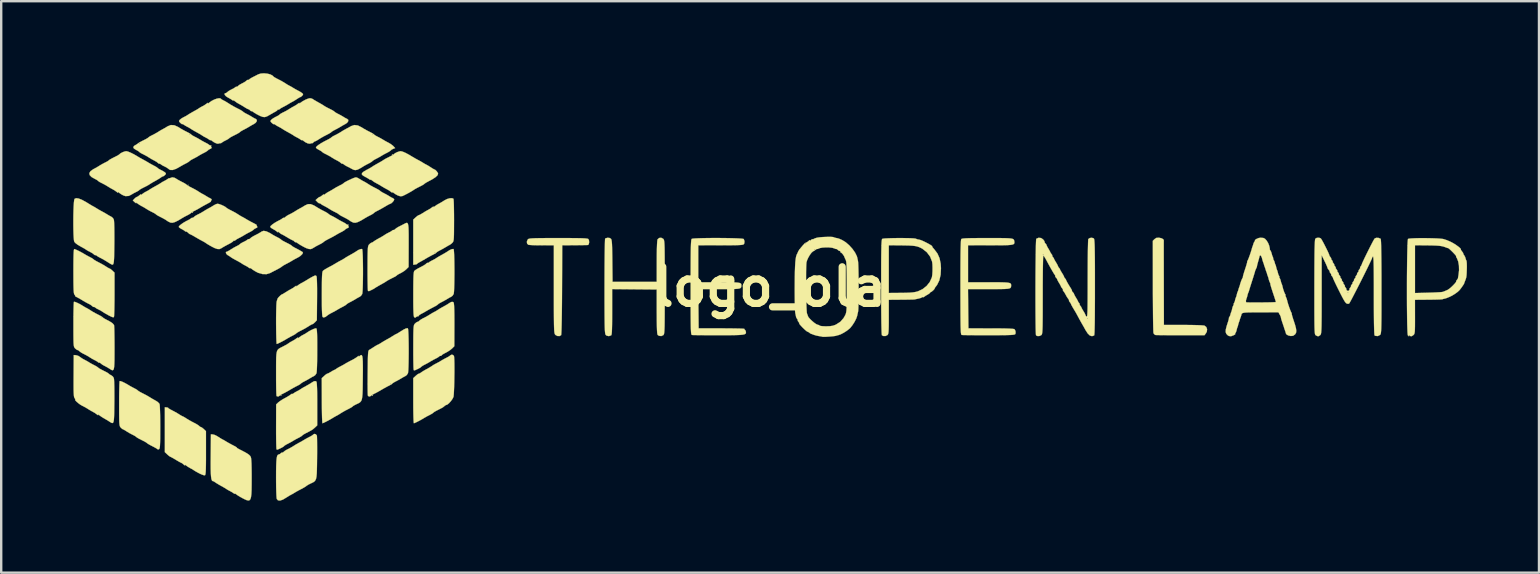
<source format=kicad_pcb>
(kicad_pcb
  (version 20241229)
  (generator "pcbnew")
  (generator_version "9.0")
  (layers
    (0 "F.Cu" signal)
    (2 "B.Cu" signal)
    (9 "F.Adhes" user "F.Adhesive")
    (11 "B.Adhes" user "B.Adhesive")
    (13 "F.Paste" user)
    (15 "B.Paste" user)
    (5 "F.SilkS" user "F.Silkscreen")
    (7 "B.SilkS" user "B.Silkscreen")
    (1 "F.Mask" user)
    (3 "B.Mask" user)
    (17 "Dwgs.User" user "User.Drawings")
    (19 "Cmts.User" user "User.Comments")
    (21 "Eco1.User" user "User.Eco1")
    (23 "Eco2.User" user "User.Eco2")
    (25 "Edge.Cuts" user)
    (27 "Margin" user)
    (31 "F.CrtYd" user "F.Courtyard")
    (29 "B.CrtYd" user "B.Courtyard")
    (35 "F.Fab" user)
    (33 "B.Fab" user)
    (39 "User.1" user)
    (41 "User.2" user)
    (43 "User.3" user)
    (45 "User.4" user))
  (footprint "logo_ola"
    (layer "F.Cu")
    (at 29.026 8.9)
    (property "Reference" "logo_ola" (at 0 0 0) (layer "F.SilkS") (effects (font (size 1.524 1.524) (thickness 0.3))))
    (attr through_hole)
    (fp_poly (pts (xy -24.225 -4.239) (xy -24.241 -4.223) (xy -24.257 -4.239) (xy -24.241 -4.255) (xy -24.225 -4.239)) (stroke (width 0.01) (type solid)) (fill yes) (layer "F.SilkS"))
    (fp_poly (pts (xy -24.035 -3.096) (xy -24.051 -3.08) (xy -24.067 -3.096) (xy -24.051 -3.111) (xy -24.035 -3.096)) (stroke (width 0.01) (type solid)) (fill yes) (layer "F.SilkS"))
    (fp_poly (pts (xy -20.352 4.524) (xy -20.368 4.54) (xy -20.384 4.524) (xy -20.368 4.508) (xy -20.352 4.524)) (stroke (width 0.01) (type solid)) (fill yes) (layer "F.SilkS"))
    (fp_poly (pts (xy -16.542 4.524) (xy -16.558 4.54) (xy -16.573 4.524) (xy -16.558 4.508) (xy -16.542 4.524)) (stroke (width 0.01) (type solid)) (fill yes) (layer "F.SilkS"))
    (fp_poly (pts (xy -15.716 -5.509) (xy -15.732 -5.493) (xy -15.748 -5.509) (xy -15.732 -5.524) (xy -15.716 -5.509)) (stroke (width 0.01) (type solid)) (fill yes) (layer "F.SilkS"))
    (fp_poly (pts (xy 16.21 -2.046) (xy 16.31 -2.025) (xy 16.382 -1.988) (xy 16.41 -1.946) (xy 16.41 -1.942) (xy 16.41 -1.907) (xy 16.409 -1.814) (xy 16.409 -1.67) (xy 16.409 -1.48) (xy 16.409 -1.249) (xy 16.41 -0.984) (xy 16.41 -0.69) (xy 16.411 -0.374) (xy 16.411 -0.167) (xy 16.415 1.587) (xy 17.222 1.587) (xy 17.447 1.589) (xy 17.653 1.592) (xy 17.832 1.597) (xy 17.975 1.603) (xy 18.071 1.611) (xy 18.108 1.617) (xy 18.181 1.675) (xy 18.214 1.765) (xy 18.204 1.866) (xy 18.169 1.932) (xy 18.107 2.016) (xy 17.109 2.016) (xy 16.861 2.016) (xy 16.633 2.015) (xy 16.432 2.014) (xy 16.265 2.012) (xy 16.143 2.01) (xy 16.072 2.008) (xy 16.058 2.006) (xy 16.007 1.971) (xy 15.981 1.927) (xy 15.977 1.883) (xy 15.973 1.782) (xy 15.969 1.629) (xy 15.965 1.429) (xy 15.962 1.189) (xy 15.96 0.915) (xy 15.958 0.612) (xy 15.956 0.286) (xy 15.956 -0.03) (xy 15.954 -1.918) (xy 16.024 -1.987) (xy 16.099 -2.038) (xy 16.197 -2.047) (xy 16.21 -2.046)) (stroke (width 0.01) (type solid)) (fill yes) (layer "F.SilkS"))
    (fp_poly (pts (xy -18.895 3.946) (xy -18.883 3.984) (xy -18.874 4.075) (xy -18.867 4.221) (xy -18.862 4.425) (xy -18.86 4.687) (xy -18.86 4.877) (xy -18.86 5.773) (xy -18.948 5.857) (xy -19.017 5.917) (xy -19.092 5.97) (xy -19.192 6.026) (xy -19.326 6.094) (xy -19.41 6.14) (xy -19.467 6.179) (xy -19.479 6.191) (xy -19.517 6.223) (xy -19.592 6.268) (xy -19.631 6.288) (xy -19.738 6.343) (xy -19.838 6.4) (xy -19.86 6.413) (xy -19.951 6.467) (xy -20.059 6.525) (xy -20.088 6.539) (xy -20.172 6.584) (xy -20.229 6.623) (xy -20.24 6.635) (xy -20.279 6.667) (xy -20.353 6.708) (xy -20.377 6.72) (xy -20.456 6.756) (xy -20.507 6.78) (xy -20.514 6.783) (xy -20.551 6.775) (xy -20.555 6.772) (xy -20.56 6.736) (xy -20.564 6.644) (xy -20.568 6.506) (xy -20.571 6.328) (xy -20.573 6.119) (xy -20.573 5.887) (xy -20.573 5.824) (xy -20.57 4.898) (xy -20.485 4.817) (xy -20.41 4.759) (xy -20.304 4.69) (xy -20.214 4.64) (xy -20.107 4.581) (xy -20.016 4.525) (xy -19.967 4.49) (xy -19.923 4.458) (xy -19.907 4.461) (xy -19.887 4.464) (xy -19.852 4.441) (xy -19.783 4.394) (xy -19.701 4.35) (xy -19.619 4.307) (xy -19.558 4.268) (xy -19.506 4.234) (xy -19.419 4.182) (xy -19.32 4.128) (xy -19.215 4.069) (xy -19.129 4.017) (xy -19.082 3.985) (xy -18.992 3.933) (xy -18.919 3.93) (xy -18.895 3.946)) (stroke (width 0.01) (type solid)) (fill yes) (layer "F.SilkS"))
    (fp_poly (pts (xy -25.131 5.024) (xy -25.078 5.033) (xy -25.068 5.045) (xy -25.05 5.065) (xy -24.989 5.103) (xy -24.916 5.141) (xy -24.793 5.206) (xy -24.669 5.277) (xy -24.615 5.311) (xy -24.534 5.361) (xy -24.476 5.392) (xy -24.461 5.397) (xy -24.425 5.414) (xy -24.356 5.455) (xy -24.309 5.486) (xy -24.204 5.55) (xy -24.076 5.621) (xy -23.998 5.661) (xy -23.897 5.715) (xy -23.816 5.765) (xy -23.78 5.795) (xy -23.731 5.835) (xy -23.707 5.842) (xy -23.664 5.862) (xy -23.6 5.913) (xy -23.584 5.927) (xy -23.495 6.013) (xy -23.495 6.924) (xy -23.495 7.195) (xy -23.497 7.41) (xy -23.5 7.573) (xy -23.505 7.692) (xy -23.512 7.774) (xy -23.521 7.823) (xy -23.533 7.848) (xy -23.54 7.853) (xy -23.589 7.848) (xy -23.675 7.818) (xy -23.77 7.774) (xy -23.874 7.718) (xy -23.959 7.669) (xy -24.003 7.64) (xy -24.065 7.599) (xy -24.146 7.557) (xy -24.241 7.502) (xy -24.318 7.447) (xy -24.364 7.414) (xy -24.371 7.423) (xy -24.368 7.429) (xy -24.37 7.443) (xy -24.408 7.417) (xy -24.421 7.406) (xy -24.48 7.357) (xy -24.519 7.334) (xy -24.52 7.334) (xy -24.556 7.319) (xy -24.63 7.278) (xy -24.729 7.22) (xy -24.749 7.207) (xy -24.851 7.147) (xy -24.932 7.102) (xy -24.977 7.081) (xy -24.98 7.08) (xy -25.015 7.06) (xy -25.077 7.01) (xy -25.105 6.984) (xy -25.208 6.888) (xy -25.208 5.017) (xy -25.131 5.024)) (stroke (width 0.01) (type solid)) (fill yes) (layer "F.SilkS"))
    (fp_poly (pts (xy -8.493 -2.032) (xy -8.231 -2.03) (xy -8.022 -2.028) (xy -7.859 -2.025) (xy -7.738 -2.02) (xy -7.653 -2.013) (xy -7.598 -2.005) (xy -7.568 -1.994) (xy -7.56 -1.988) (xy -7.536 -1.929) (xy -7.531 -1.851) (xy -7.545 -1.781) (xy -7.574 -1.744) (xy -7.579 -1.742) (xy -7.623 -1.741) (xy -7.72 -1.739) (xy -7.856 -1.737) (xy -8.021 -1.735) (xy -8.136 -1.734) (xy -8.652 -1.73) (xy -8.66 0.124) (xy -8.662 0.492) (xy -8.665 0.832) (xy -8.669 1.138) (xy -8.673 1.405) (xy -8.678 1.63) (xy -8.683 1.808) (xy -8.689 1.933) (xy -8.695 2.002) (xy -8.698 2.014) (xy -8.765 2.051) (xy -8.852 2.048) (xy -8.931 2.007) (xy -8.941 1.996) (xy -8.954 1.98) (xy -8.964 1.958) (xy -8.973 1.925) (xy -8.981 1.875) (xy -8.987 1.805) (xy -8.991 1.709) (xy -8.995 1.582) (xy -8.997 1.42) (xy -8.999 1.216) (xy -9 0.966) (xy -9.001 0.666) (xy -9.001 0.309) (xy -9.001 0.099) (xy -9.001 -1.732) (xy -9.501 -1.73) (xy -9.677 -1.731) (xy -9.835 -1.735) (xy -9.961 -1.741) (xy -10.043 -1.748) (xy -10.065 -1.752) (xy -10.115 -1.8) (xy -10.127 -1.875) (xy -10.1 -1.954) (xy -10.078 -1.982) (xy -10.059 -1.995) (xy -10.026 -2.005) (xy -9.972 -2.014) (xy -9.893 -2.02) (xy -9.781 -2.025) (xy -9.632 -2.028) (xy -9.438 -2.03) (xy -9.194 -2.032) (xy -8.894 -2.032) (xy -8.812 -2.032) (xy -8.493 -2.032)) (stroke (width 0.01) (type solid)) (fill yes) (layer "F.SilkS"))
    (fp_poly (pts (xy -23.207 6.149) (xy -23.131 6.17) (xy -23.036 6.217) (xy -23 6.239) (xy -22.911 6.297) (xy -22.834 6.343) (xy -22.812 6.354) (xy -22.741 6.391) (xy -22.657 6.442) (xy -22.654 6.444) (xy -22.574 6.491) (xy -22.464 6.552) (xy -22.368 6.602) (xy -22.278 6.649) (xy -22.221 6.684) (xy -22.208 6.699) (xy -22.209 6.699) (xy -22.2 6.713) (xy -22.145 6.747) (xy -22.056 6.794) (xy -22.05 6.797) (xy -21.89 6.879) (xy -21.778 6.943) (xy -21.704 6.995) (xy -21.657 7.041) (xy -21.63 7.083) (xy -21.616 7.133) (xy -21.606 7.226) (xy -21.598 7.367) (xy -21.594 7.559) (xy -21.591 7.809) (xy -21.591 7.953) (xy -21.592 8.238) (xy -21.595 8.465) (xy -21.603 8.638) (xy -21.619 8.764) (xy -21.644 8.846) (xy -21.681 8.891) (xy -21.732 8.903) (xy -21.8 8.887) (xy -21.886 8.849) (xy -21.967 8.808) (xy -22.077 8.747) (xy -22.171 8.69) (xy -22.229 8.648) (xy -22.273 8.617) (xy -22.288 8.62) (xy -22.308 8.623) (xy -22.344 8.6) (xy -22.413 8.553) (xy -22.495 8.509) (xy -22.577 8.466) (xy -22.638 8.427) (xy -22.689 8.393) (xy -22.777 8.342) (xy -22.876 8.287) (xy -22.981 8.227) (xy -23.068 8.174) (xy -23.117 8.14) (xy -23.172 8.104) (xy -23.2 8.096) (xy -23.23 8.087) (xy -23.253 8.054) (xy -23.271 7.992) (xy -23.284 7.896) (xy -23.293 7.76) (xy -23.298 7.578) (xy -23.299 7.344) (xy -23.297 7.052) (xy -23.297 7.033) (xy -23.289 6.144) (xy -23.207 6.149)) (stroke (width 0.01) (type solid)) (fill yes) (layer "F.SilkS"))
    (fp_poly (pts (xy -13.207 2.836) (xy -13.163 2.878) (xy -13.163 2.879) (xy -13.155 2.933) (xy -13.149 3.039) (xy -13.145 3.187) (xy -13.144 3.366) (xy -13.144 3.565) (xy -13.147 3.773) (xy -13.15 3.979) (xy -13.156 4.171) (xy -13.163 4.34) (xy -13.17 4.475) (xy -13.179 4.563) (xy -13.184 4.587) (xy -13.224 4.669) (xy -13.289 4.76) (xy -13.364 4.844) (xy -13.435 4.903) (xy -13.481 4.921) (xy -13.53 4.943) (xy -13.558 4.969) (xy -13.605 5.007) (xy -13.692 5.059) (xy -13.798 5.113) (xy -13.901 5.165) (xy -13.98 5.21) (xy -14.018 5.239) (xy -14.018 5.24) (xy -14.056 5.271) (xy -14.131 5.315) (xy -14.17 5.335) (xy -14.277 5.39) (xy -14.377 5.447) (xy -14.399 5.46) (xy -14.489 5.514) (xy -14.594 5.572) (xy -14.697 5.625) (xy -14.782 5.665) (xy -14.831 5.683) (xy -14.833 5.683) (xy -14.84 5.653) (xy -14.846 5.567) (xy -14.851 5.433) (xy -14.855 5.259) (xy -14.858 5.052) (xy -14.859 4.822) (xy -14.859 4.743) (xy -14.859 3.804) (xy -14.76 3.712) (xy -14.692 3.654) (xy -14.639 3.622) (xy -14.628 3.619) (xy -14.578 3.6) (xy -14.544 3.576) (xy -14.491 3.539) (xy -14.402 3.484) (xy -14.303 3.429) (xy -14.199 3.371) (xy -14.113 3.319) (xy -14.065 3.287) (xy -14.006 3.248) (xy -13.921 3.202) (xy -13.906 3.195) (xy -13.803 3.14) (xy -13.704 3.082) (xy -13.7 3.079) (xy -13.609 3.026) (xy -13.501 2.968) (xy -13.472 2.954) (xy -13.388 2.909) (xy -13.331 2.87) (xy -13.319 2.858) (xy -13.27 2.828) (xy -13.207 2.836)) (stroke (width 0.01) (type solid)) (fill yes) (layer "F.SilkS"))
    (fp_poly (pts (xy -16.989 -1.573) (xy -16.979 -1.537) (xy -16.971 -1.446) (xy -16.964 -1.312) (xy -16.959 -1.143) (xy -16.956 -0.95) (xy -16.954 -0.742) (xy -16.954 -0.53) (xy -16.956 -0.322) (xy -16.959 -0.128) (xy -16.964 0.041) (xy -16.97 0.177) (xy -16.979 0.268) (xy -16.986 0.3) (xy -17.035 0.374) (xy -17.089 0.414) (xy -17.167 0.454) (xy -17.254 0.506) (xy -17.256 0.507) (xy -17.347 0.561) (xy -17.456 0.62) (xy -17.484 0.634) (xy -17.568 0.679) (xy -17.626 0.718) (xy -17.637 0.73) (xy -17.676 0.762) (xy -17.751 0.807) (xy -17.79 0.827) (xy -17.896 0.882) (xy -17.996 0.939) (xy -18.018 0.953) (xy -18.109 1.006) (xy -18.218 1.064) (xy -18.246 1.078) (xy -18.336 1.126) (xy -18.406 1.17) (xy -18.421 1.182) (xy -18.52 1.256) (xy -18.595 1.277) (xy -18.635 1.256) (xy -18.647 1.214) (xy -18.656 1.118) (xy -18.663 0.966) (xy -18.667 0.755) (xy -18.668 0.484) (xy -18.668 0.292) (xy -18.667 0.021) (xy -18.665 -0.194) (xy -18.662 -0.358) (xy -18.657 -0.48) (xy -18.65 -0.565) (xy -18.641 -0.621) (xy -18.629 -0.655) (xy -18.616 -0.671) (xy -18.564 -0.71) (xy -18.49 -0.755) (xy -18.381 -0.816) (xy -18.304 -0.856) (xy -18.199 -0.914) (xy -18.1 -0.972) (xy -18.082 -0.984) (xy -17.984 -1.041) (xy -17.88 -1.097) (xy -17.875 -1.099) (xy -17.79 -1.145) (xy -17.723 -1.187) (xy -17.716 -1.192) (xy -17.665 -1.226) (xy -17.577 -1.278) (xy -17.478 -1.333) (xy -17.374 -1.392) (xy -17.288 -1.443) (xy -17.24 -1.474) (xy -17.151 -1.532) (xy -17.064 -1.569) (xy -17 -1.578) (xy -16.989 -1.573)) (stroke (width 0.01) (type solid)) (fill yes) (layer "F.SilkS"))
    (fp_poly (pts (xy -18.924 6.138) (xy -18.879 6.186) (xy -18.874 6.199) (xy -18.87 6.249) (xy -18.867 6.354) (xy -18.865 6.503) (xy -18.864 6.689) (xy -18.864 6.902) (xy -18.866 7.133) (xy -18.869 7.402) (xy -18.873 7.614) (xy -18.879 7.779) (xy -18.89 7.902) (xy -18.907 7.992) (xy -18.933 8.056) (xy -18.968 8.102) (xy -19.016 8.137) (xy -19.078 8.168) (xy -19.134 8.194) (xy -19.224 8.239) (xy -19.294 8.283) (xy -19.309 8.295) (xy -19.359 8.331) (xy -19.446 8.382) (xy -19.526 8.425) (xy -19.639 8.484) (xy -19.744 8.542) (xy -19.796 8.574) (xy -19.88 8.625) (xy -19.953 8.663) (xy -19.955 8.664) (xy -20.022 8.701) (xy -20.108 8.755) (xy -20.13 8.769) (xy -20.286 8.863) (xy -20.408 8.905) (xy -20.495 8.895) (xy -20.545 8.836) (xy -20.553 8.784) (xy -20.56 8.678) (xy -20.566 8.527) (xy -20.571 8.342) (xy -20.573 8.131) (xy -20.574 7.953) (xy -20.573 7.673) (xy -20.569 7.451) (xy -20.562 7.281) (xy -20.551 7.155) (xy -20.535 7.069) (xy -20.514 7.016) (xy -20.487 6.99) (xy -20.462 6.985) (xy -20.411 6.963) (xy -20.384 6.938) (xy -20.341 6.905) (xy -20.32 6.906) (xy -20.283 6.897) (xy -20.255 6.872) (xy -20.202 6.829) (xy -20.117 6.779) (xy -20.085 6.764) (xy -19.972 6.706) (xy -19.861 6.641) (xy -19.844 6.629) (xy -19.74 6.564) (xy -19.633 6.504) (xy -19.622 6.498) (xy -19.518 6.443) (xy -19.42 6.384) (xy -19.415 6.381) (xy -19.324 6.328) (xy -19.216 6.27) (xy -19.187 6.256) (xy -19.103 6.211) (xy -19.046 6.172) (xy -19.034 6.16) (xy -18.985 6.127) (xy -18.924 6.138)) (stroke (width 0.01) (type solid)) (fill yes) (layer "F.SilkS"))
    (fp_poly (pts (xy -13.184 -3.67) (xy -13.178 -3.633) (xy -13.172 -3.541) (xy -13.167 -3.403) (xy -13.164 -3.226) (xy -13.161 -3.019) (xy -13.16 -2.791) (xy -13.16 -2.779) (xy -13.161 -2.521) (xy -13.162 -2.319) (xy -13.164 -2.165) (xy -13.168 -2.052) (xy -13.174 -1.972) (xy -13.184 -1.917) (xy -13.196 -1.881) (xy -13.213 -1.854) (xy -13.224 -1.841) (xy -13.293 -1.779) (xy -13.351 -1.742) (xy -13.422 -1.705) (xy -13.506 -1.654) (xy -13.51 -1.652) (xy -13.601 -1.598) (xy -13.709 -1.539) (xy -13.738 -1.525) (xy -13.822 -1.48) (xy -13.879 -1.441) (xy -13.89 -1.43) (xy -13.929 -1.397) (xy -14.003 -1.356) (xy -14.027 -1.344) (xy -14.117 -1.298) (xy -14.234 -1.234) (xy -14.335 -1.176) (xy -14.446 -1.111) (xy -14.548 -1.053) (xy -14.613 -1.018) (xy -14.674 -0.981) (xy -14.7 -0.954) (xy -14.7 -0.954) (xy -14.728 -0.937) (xy -14.78 -0.928) (xy -14.859 -0.921) (xy -14.859 -1.413) (xy -13.97 -1.413) (xy -13.954 -1.397) (xy -13.938 -1.413) (xy -13.954 -1.429) (xy -13.97 -1.413) (xy -14.859 -1.413) (xy -14.859 -2.8) (xy -14.76 -2.892) (xy -14.692 -2.95) (xy -14.64 -2.982) (xy -14.63 -2.985) (xy -14.587 -3.001) (xy -14.513 -3.043) (xy -14.467 -3.072) (xy -14.366 -3.135) (xy -14.269 -3.19) (xy -14.24 -3.205) (xy -14.145 -3.26) (xy -14.068 -3.316) (xy -14.022 -3.349) (xy -14.014 -3.34) (xy -14.018 -3.334) (xy -14.017 -3.317) (xy -13.978 -3.342) (xy -13.967 -3.351) (xy -13.88 -3.414) (xy -13.795 -3.462) (xy -13.711 -3.508) (xy -13.607 -3.571) (xy -13.561 -3.601) (xy -13.45 -3.658) (xy -13.337 -3.69) (xy -13.241 -3.694) (xy -13.184 -3.67)) (stroke (width 0.01) (type solid)) (fill yes) (layer "F.SilkS"))
    (fp_poly (pts (xy -28.805 -3.681) (xy -28.667 -3.628) (xy -28.489 -3.531) (xy -28.369 -3.457) (xy -28.282 -3.404) (xy -28.213 -3.364) (xy -28.194 -3.355) (xy -28.136 -3.323) (xy -28.058 -3.275) (xy -28.051 -3.271) (xy -27.959 -3.215) (xy -27.852 -3.155) (xy -27.829 -3.143) (xy -27.724 -3.086) (xy -27.625 -3.027) (xy -27.607 -3.016) (xy -27.519 -2.963) (xy -27.441 -2.923) (xy -27.439 -2.922) (xy -27.374 -2.869) (xy -27.336 -2.807) (xy -27.326 -2.75) (xy -27.319 -2.635) (xy -27.314 -2.469) (xy -27.312 -2.258) (xy -27.311 -2.009) (xy -27.312 -1.831) (xy -27.315 -1.558) (xy -27.319 -1.344) (xy -27.324 -1.181) (xy -27.332 -1.063) (xy -27.344 -0.985) (xy -27.361 -0.94) (xy -27.385 -0.923) (xy -27.416 -0.928) (xy -27.456 -0.948) (xy -27.48 -0.962) (xy -27.545 -1.002) (xy -27.635 -1.059) (xy -27.67 -1.08) (xy -27.778 -1.145) (xy -27.89 -1.204) (xy -27.915 -1.216) (xy -27.994 -1.259) (xy -28.046 -1.296) (xy -28.052 -1.303) (xy -28.088 -1.322) (xy -28.097 -1.318) (xy -28.136 -1.326) (xy -28.163 -1.35) (xy -28.217 -1.395) (xy -28.3 -1.442) (xy -28.317 -1.451) (xy -28.405 -1.495) (xy -28.472 -1.536) (xy -28.48 -1.542) (xy -28.531 -1.576) (xy -28.619 -1.627) (xy -28.727 -1.686) (xy -28.734 -1.69) (xy -28.842 -1.754) (xy -28.93 -1.82) (xy -28.979 -1.873) (xy -28.98 -1.875) (xy -28.994 -1.934) (xy -29.005 -2.043) (xy -29.013 -2.193) (xy -29.018 -2.373) (xy -29.021 -2.573) (xy -29.021 -2.783) (xy -29.019 -2.991) (xy -29.014 -3.189) (xy -29.007 -3.365) (xy -28.997 -3.51) (xy -28.985 -3.613) (xy -28.971 -3.663) (xy -28.97 -3.665) (xy -28.905 -3.693) (xy -28.805 -3.681)) (stroke (width 0.01) (type solid)) (fill yes) (layer "F.SilkS"))
    (fp_poly (pts (xy -18.892 -0.448) (xy -18.89 -0.444) (xy -18.881 -0.399) (xy -18.874 -0.295) (xy -18.869 -0.139) (xy -18.866 0.063) (xy -18.866 0.305) (xy -18.867 0.498) (xy -18.875 1.392) (xy -18.952 1.474) (xy -19.011 1.529) (xy -19.055 1.555) (xy -19.059 1.556) (xy -19.101 1.572) (xy -19.174 1.614) (xy -19.22 1.644) (xy -19.325 1.708) (xy -19.452 1.779) (xy -19.534 1.821) (xy -19.631 1.871) (xy -19.704 1.915) (xy -19.734 1.939) (xy -19.772 1.97) (xy -19.846 2.013) (xy -19.885 2.033) (xy -19.992 2.088) (xy -20.092 2.145) (xy -20.114 2.158) (xy -20.201 2.21) (xy -20.305 2.268) (xy -20.408 2.321) (xy -20.493 2.361) (xy -20.543 2.381) (xy -20.547 2.381) (xy -20.553 2.351) (xy -20.559 2.265) (xy -20.564 2.132) (xy -20.568 1.961) (xy -20.571 1.758) (xy -20.573 1.534) (xy -20.573 1.528) (xy -20.573 1.298) (xy -20.57 1.086) (xy -20.566 0.901) (xy -20.561 0.752) (xy -20.554 0.648) (xy -20.547 0.6) (xy -20.524 0.533) (xy -20.515 0.499) (xy -20.492 0.461) (xy -20.441 0.405) (xy -20.384 0.351) (xy -20.341 0.319) (xy -20.334 0.318) (xy -20.298 0.301) (xy -20.228 0.26) (xy -20.182 0.23) (xy -20.081 0.167) (xy -19.984 0.112) (xy -19.955 0.097) (xy -19.86 0.042) (xy -19.783 -0.014) (xy -19.737 -0.047) (xy -19.729 -0.038) (xy -19.733 -0.032) (xy -19.732 -0.015) (xy -19.693 -0.04) (xy -19.682 -0.049) (xy -19.595 -0.112) (xy -19.51 -0.16) (xy -19.423 -0.207) (xy -19.319 -0.268) (xy -19.288 -0.287) (xy -19.179 -0.354) (xy -19.066 -0.417) (xy -19.041 -0.43) (xy -18.963 -0.467) (xy -18.919 -0.472) (xy -18.892 -0.448)) (stroke (width 0.01) (type solid)) (fill yes) (layer "F.SilkS"))
    (fp_poly (pts (xy -15.108 -2.661) (xy -15.085 -2.633) (xy -15.069 -2.575) (xy -15.058 -2.481) (xy -15.053 -2.346) (xy -15.05 -2.163) (xy -15.05 -1.926) (xy -15.05 -1.732) (xy -15.053 -0.827) (xy -15.15 -0.73) (xy -15.242 -0.655) (xy -15.354 -0.586) (xy -15.384 -0.571) (xy -15.469 -0.528) (xy -15.528 -0.491) (xy -15.54 -0.478) (xy -15.577 -0.45) (xy -15.654 -0.406) (xy -15.741 -0.362) (xy -15.844 -0.31) (xy -15.929 -0.263) (xy -15.97 -0.237) (xy -16.022 -0.203) (xy -16.11 -0.15) (xy -16.208 -0.095) (xy -16.313 -0.037) (xy -16.399 0.014) (xy -16.447 0.045) (xy -16.521 0.092) (xy -16.64 0.151) (xy -16.704 0.18) (xy -16.741 0.171) (xy -16.745 0.168) (xy -16.75 0.132) (xy -16.755 0.04) (xy -16.758 -0.098) (xy -16.761 -0.276) (xy -16.763 -0.485) (xy -16.763 -0.716) (xy -16.763 -0.776) (xy -16.762 -1.042) (xy -16.761 -1.253) (xy -16.758 -1.414) (xy -16.754 -1.534) (xy -16.748 -1.62) (xy -16.74 -1.679) (xy -16.728 -1.719) (xy -16.713 -1.746) (xy -16.694 -1.769) (xy -16.693 -1.77) (xy -16.636 -1.821) (xy -16.594 -1.841) (xy -16.546 -1.86) (xy -16.513 -1.885) (xy -16.46 -1.922) (xy -16.37 -1.977) (xy -16.272 -2.032) (xy -16.167 -2.09) (xy -16.081 -2.142) (xy -16.034 -2.174) (xy -15.974 -2.211) (xy -15.888 -2.256) (xy -15.868 -2.266) (xy -15.789 -2.307) (xy -15.738 -2.344) (xy -15.731 -2.351) (xy -15.695 -2.37) (xy -15.686 -2.366) (xy -15.647 -2.374) (xy -15.619 -2.399) (xy -15.567 -2.443) (xy -15.483 -2.495) (xy -15.449 -2.512) (xy -15.346 -2.564) (xy -15.25 -2.614) (xy -15.23 -2.624) (xy -15.179 -2.651) (xy -15.139 -2.665) (xy -15.108 -2.661)) (stroke (width 0.01) (type solid)) (fill yes) (layer "F.SilkS"))
    (fp_poly (pts (xy -28.921 -1.554) (xy -28.827 -1.511) (xy -28.719 -1.456) (xy -28.615 -1.399) (xy -28.559 -1.365) (xy -28.468 -1.312) (xy -28.36 -1.254) (xy -28.331 -1.239) (xy -28.247 -1.195) (xy -28.191 -1.157) (xy -28.179 -1.145) (xy -28.143 -1.117) (xy -28.066 -1.072) (xy -27.979 -1.027) (xy -27.855 -0.962) (xy -27.731 -0.892) (xy -27.666 -0.85) (xy -27.585 -0.799) (xy -27.525 -0.767) (xy -27.509 -0.762) (xy -27.471 -0.742) (xy -27.411 -0.692) (xy -27.394 -0.677) (xy -27.305 -0.591) (xy -27.305 0.316) (xy -27.306 0.55) (xy -27.309 0.765) (xy -27.312 0.952) (xy -27.317 1.101) (xy -27.322 1.206) (xy -27.329 1.257) (xy -27.33 1.26) (xy -27.364 1.27) (xy -27.436 1.246) (xy -27.554 1.187) (xy -27.559 1.184) (xy -27.667 1.124) (xy -27.757 1.07) (xy -27.811 1.035) (xy -27.813 1.033) (xy -27.872 0.995) (xy -27.959 0.95) (xy -27.978 0.941) (xy -28.058 0.9) (xy -28.109 0.863) (xy -28.115 0.856) (xy -28.151 0.837) (xy -28.161 0.841) (xy -28.199 0.833) (xy -28.227 0.809) (xy -28.281 0.764) (xy -28.363 0.716) (xy -28.381 0.708) (xy -28.483 0.655) (xy -28.595 0.591) (xy -28.623 0.574) (xy -28.729 0.51) (xy -28.835 0.451) (xy -28.861 0.438) (xy -28.924 0.404) (xy -28.949 0.384) (xy -28.946 0.382) (xy -28.944 0.363) (xy -28.969 0.332) (xy -28.983 0.31) (xy -28.994 0.272) (xy -29.003 0.21) (xy -29.009 0.118) (xy -29.013 -0.012) (xy -29.016 -0.185) (xy -29.017 -0.409) (xy -29.018 -0.649) (xy -29.017 -0.93) (xy -29.015 -1.153) (xy -29.011 -1.323) (xy -29.006 -1.445) (xy -28.999 -1.524) (xy -28.989 -1.565) (xy -28.979 -1.575) (xy -28.921 -1.554)) (stroke (width 0.01) (type solid)) (fill yes) (layer "F.SilkS"))
    (fp_poly (pts (xy -16.999 2.856) (xy -16.981 2.901) (xy -16.969 2.982) (xy -16.962 3.104) (xy -16.959 3.272) (xy -16.958 3.493) (xy -16.961 3.771) (xy -16.961 3.804) (xy -16.964 4.077) (xy -16.967 4.294) (xy -16.973 4.462) (xy -16.984 4.589) (xy -17 4.682) (xy -17.024 4.748) (xy -17.059 4.795) (xy -17.104 4.831) (xy -17.163 4.862) (xy -17.23 4.892) (xy -17.314 4.935) (xy -17.371 4.971) (xy -17.382 4.983) (xy -17.418 5.011) (xy -17.495 5.056) (xy -17.582 5.101) (xy -17.701 5.162) (xy -17.814 5.227) (xy -17.875 5.265) (xy -17.962 5.32) (xy -18.037 5.363) (xy -18.05 5.369) (xy -18.121 5.407) (xy -18.206 5.458) (xy -18.209 5.459) (xy -18.295 5.511) (xy -18.398 5.569) (xy -18.501 5.622) (xy -18.586 5.663) (xy -18.637 5.683) (xy -18.642 5.683) (xy -18.648 5.653) (xy -18.653 5.567) (xy -18.659 5.433) (xy -18.663 5.259) (xy -18.666 5.052) (xy -18.668 4.822) (xy -18.668 4.744) (xy -18.671 3.805) (xy -18.571 3.712) (xy -18.504 3.655) (xy -18.453 3.622) (xy -18.443 3.619) (xy -18.4 3.604) (xy -18.327 3.564) (xy -18.295 3.545) (xy -18.216 3.497) (xy -18.157 3.467) (xy -18.145 3.463) (xy -18.096 3.438) (xy -18.066 3.416) (xy -18.006 3.376) (xy -17.921 3.329) (xy -17.907 3.322) (xy -17.803 3.267) (xy -17.705 3.21) (xy -17.701 3.207) (xy -17.618 3.159) (xy -17.508 3.1) (xy -17.431 3.06) (xy -17.322 3.002) (xy -17.226 2.942) (xy -17.18 2.908) (xy -17.135 2.875) (xy -17.126 2.883) (xy -17.129 2.889) (xy -17.136 2.913) (xy -17.102 2.89) (xy -17.092 2.881) (xy -17.053 2.851) (xy -17.022 2.841) (xy -16.999 2.856)) (stroke (width 0.01) (type solid)) (fill yes) (layer "F.SilkS"))
    (fp_poly (pts (xy -13.178 0.649) (xy -13.166 0.693) (xy -13.157 0.795) (xy -13.15 0.955) (xy -13.146 1.176) (xy -13.145 1.458) (xy -13.145 1.583) (xy -13.148 2.475) (xy -13.242 2.569) (xy -13.324 2.636) (xy -13.435 2.708) (xy -13.51 2.748) (xy -13.602 2.797) (xy -13.665 2.84) (xy -13.684 2.863) (xy -13.704 2.879) (xy -13.714 2.875) (xy -13.755 2.879) (xy -13.763 2.889) (xy -13.802 2.921) (xy -13.877 2.966) (xy -13.916 2.986) (xy -14.023 3.041) (xy -14.123 3.098) (xy -14.145 3.111) (xy -14.236 3.165) (xy -14.344 3.223) (xy -14.373 3.237) (xy -14.457 3.282) (xy -14.514 3.321) (xy -14.525 3.333) (xy -14.564 3.365) (xy -14.638 3.406) (xy -14.662 3.418) (xy -14.741 3.454) (xy -14.792 3.478) (xy -14.799 3.481) (xy -14.836 3.473) (xy -14.84 3.47) (xy -14.845 3.434) (xy -14.85 3.342) (xy -14.853 3.204) (xy -14.856 3.026) (xy -14.858 2.817) (xy -14.858 2.586) (xy -14.858 2.526) (xy -14.857 2.26) (xy -14.856 2.049) (xy -14.853 1.888) (xy -14.849 1.768) (xy -14.843 1.682) (xy -14.835 1.623) (xy -14.823 1.583) (xy -14.808 1.556) (xy -14.789 1.533) (xy -14.788 1.532) (xy -14.729 1.481) (xy -14.683 1.46) (xy -14.632 1.438) (xy -14.604 1.411) (xy -14.55 1.368) (xy -14.465 1.318) (xy -14.433 1.303) (xy -14.321 1.246) (xy -14.21 1.181) (xy -14.192 1.169) (xy -14.094 1.109) (xy -13.999 1.055) (xy -13.986 1.049) (xy -13.904 1.005) (xy -13.843 0.966) (xy -13.791 0.932) (xy -13.704 0.88) (xy -13.605 0.826) (xy -13.5 0.767) (xy -13.414 0.715) (xy -13.367 0.683) (xy -13.277 0.631) (xy -13.205 0.629) (xy -13.178 0.649)) (stroke (width 0.01) (type solid)) (fill yes) (layer "F.SilkS"))
    (fp_poly (pts (xy -28.912 2.848) (xy -28.818 2.874) (xy -28.753 2.914) (xy -28.678 2.969) (xy -28.585 3.024) (xy -28.575 3.028) (xy -28.471 3.083) (xy -28.372 3.141) (xy -28.369 3.144) (xy -28.278 3.197) (xy -28.169 3.255) (xy -28.14 3.269) (xy -28.057 3.314) (xy -28 3.353) (xy -27.988 3.364) (xy -27.952 3.393) (xy -27.874 3.437) (xy -27.771 3.49) (xy -27.765 3.493) (xy -27.661 3.545) (xy -27.581 3.591) (xy -27.542 3.622) (xy -27.541 3.622) (xy -27.498 3.658) (xy -27.444 3.684) (xy -27.375 3.736) (xy -27.336 3.797) (xy -27.326 3.854) (xy -27.319 3.969) (xy -27.314 4.135) (xy -27.312 4.346) (xy -27.311 4.595) (xy -27.312 4.773) (xy -27.315 5.047) (xy -27.318 5.263) (xy -27.324 5.426) (xy -27.332 5.544) (xy -27.346 5.621) (xy -27.366 5.663) (xy -27.395 5.676) (xy -27.432 5.666) (xy -27.481 5.638) (xy -27.527 5.608) (xy -27.632 5.543) (xy -27.74 5.48) (xy -27.75 5.475) (xy -27.845 5.417) (xy -27.93 5.356) (xy -27.937 5.35) (xy -27.984 5.317) (xy -27.991 5.327) (xy -27.988 5.334) (xy -27.988 5.351) (xy -28.027 5.326) (xy -28.038 5.317) (xy -28.125 5.254) (xy -28.21 5.206) (xy -28.301 5.156) (xy -28.402 5.095) (xy -28.416 5.085) (xy -28.522 5.021) (xy -28.638 4.961) (xy -28.654 4.953) (xy -28.725 4.913) (xy -28.802 4.857) (xy -28.874 4.797) (xy -28.927 4.743) (xy -28.95 4.708) (xy -28.941 4.699) (xy -28.938 4.68) (xy -28.964 4.643) (xy -28.979 4.62) (xy -28.991 4.58) (xy -28.999 4.519) (xy -29.005 4.427) (xy -29.009 4.299) (xy -29.01 4.127) (xy -29.01 3.903) (xy -29.009 3.715) (xy -29.004 2.842) (xy -28.912 2.848)) (stroke (width 0.01) (type solid)) (fill yes) (layer "F.SilkS"))
    (fp_poly (pts (xy -18.89 1.743) (xy -18.879 1.783) (xy -18.872 1.854) (xy -18.866 1.962) (xy -18.862 2.112) (xy -18.86 2.313) (xy -18.86 2.569) (xy -18.86 2.632) (xy -18.861 2.879) (xy -18.864 3.102) (xy -18.869 3.295) (xy -18.875 3.448) (xy -18.883 3.554) (xy -18.891 3.602) (xy -18.94 3.676) (xy -18.994 3.716) (xy -19.072 3.756) (xy -19.159 3.808) (xy -19.161 3.809) (xy -19.252 3.863) (xy -19.361 3.922) (xy -19.389 3.936) (xy -19.473 3.981) (xy -19.53 4.02) (xy -19.542 4.031) (xy -19.581 4.064) (xy -19.654 4.105) (xy -19.678 4.117) (xy -19.769 4.163) (xy -19.885 4.227) (xy -19.987 4.286) (xy -20.104 4.354) (xy -20.219 4.417) (xy -20.295 4.455) (xy -20.374 4.497) (xy -20.425 4.534) (xy -20.432 4.541) (xy -20.48 4.57) (xy -20.54 4.56) (xy -20.554 4.55) (xy -20.559 4.514) (xy -20.564 4.422) (xy -20.568 4.283) (xy -20.571 4.105) (xy -20.573 3.896) (xy -20.573 3.664) (xy -20.573 3.601) (xy -20.573 3.329) (xy -20.572 3.112) (xy -20.569 2.944) (xy -20.561 2.818) (xy -20.547 2.724) (xy -20.525 2.657) (xy -20.493 2.609) (xy -20.448 2.571) (xy -20.389 2.538) (xy -20.314 2.5) (xy -20.277 2.481) (xy -20.172 2.425) (xy -20.085 2.373) (xy -20.039 2.342) (xy -19.973 2.298) (xy -19.891 2.254) (xy -19.796 2.2) (xy -19.72 2.145) (xy -19.674 2.112) (xy -19.666 2.121) (xy -19.669 2.127) (xy -19.669 2.144) (xy -19.63 2.119) (xy -19.619 2.11) (xy -19.531 2.047) (xy -19.447 2) (xy -19.365 1.957) (xy -19.304 1.918) (xy -19.219 1.861) (xy -19.118 1.805) (xy -19.019 1.759) (xy -18.94 1.731) (xy -18.903 1.728) (xy -18.89 1.743)) (stroke (width 0.01) (type solid)) (fill yes) (layer "F.SilkS"))
    (fp_poly (pts (xy -27.047 3.93) (xy -26.967 3.961) (xy -26.865 4.011) (xy -26.755 4.072) (xy -26.718 4.096) (xy -26.627 4.149) (xy -26.518 4.207) (xy -26.489 4.222) (xy -26.406 4.266) (xy -26.349 4.304) (xy -26.338 4.316) (xy -26.301 4.344) (xy -26.225 4.389) (xy -26.138 4.434) (xy -26.015 4.497) (xy -25.893 4.565) (xy -25.829 4.604) (xy -25.719 4.671) (xy -25.605 4.735) (xy -25.579 4.748) (xy -25.496 4.804) (xy -25.437 4.867) (xy -25.428 4.884) (xy -25.421 4.934) (xy -25.414 5.039) (xy -25.409 5.189) (xy -25.404 5.376) (xy -25.401 5.59) (xy -25.4 5.823) (xy -25.4 5.84) (xy -25.401 6.109) (xy -25.402 6.321) (xy -25.406 6.482) (xy -25.411 6.6) (xy -25.418 6.681) (xy -25.428 6.731) (xy -25.441 6.757) (xy -25.445 6.76) (xy -25.489 6.779) (xy -25.506 6.771) (xy -25.541 6.744) (xy -25.617 6.699) (xy -25.719 6.645) (xy -25.731 6.639) (xy -25.835 6.585) (xy -25.915 6.538) (xy -25.956 6.508) (xy -25.957 6.507) (xy -25.992 6.48) (xy -26.069 6.436) (xy -26.172 6.385) (xy -26.178 6.382) (xy -26.282 6.329) (xy -26.361 6.284) (xy -26.4 6.255) (xy -26.401 6.254) (xy -26.439 6.223) (xy -26.514 6.181) (xy -26.553 6.162) (xy -26.669 6.102) (xy -26.787 6.032) (xy -26.806 6.019) (xy -26.884 5.97) (xy -26.939 5.941) (xy -26.952 5.937) (xy -26.989 5.916) (xy -27.044 5.866) (xy -27.044 5.865) (xy -27.064 5.842) (xy -27.079 5.815) (xy -27.091 5.777) (xy -27.1 5.72) (xy -27.106 5.637) (xy -27.109 5.521) (xy -27.111 5.363) (xy -27.112 5.158) (xy -27.112 4.898) (xy -27.112 4.866) (xy -27.112 4.63) (xy -27.11 4.415) (xy -27.106 4.23) (xy -27.102 4.081) (xy -27.097 3.978) (xy -27.091 3.928) (xy -27.089 3.925) (xy -27.047 3.93)) (stroke (width 0.01) (type solid)) (fill yes) (layer "F.SilkS"))
    (fp_poly (pts (xy -13.179 -1.573) (xy -13.169 -1.537) (xy -13.161 -1.446) (xy -13.154 -1.312) (xy -13.149 -1.143) (xy -13.146 -0.95) (xy -13.144 -0.742) (xy -13.144 -0.53) (xy -13.146 -0.322) (xy -13.149 -0.128) (xy -13.154 0.041) (xy -13.16 0.177) (xy -13.169 0.268) (xy -13.176 0.3) (xy -13.225 0.374) (xy -13.279 0.414) (xy -13.357 0.454) (xy -13.444 0.506) (xy -13.446 0.507) (xy -13.537 0.561) (xy -13.646 0.62) (xy -13.674 0.634) (xy -13.758 0.679) (xy -13.816 0.718) (xy -13.827 0.73) (xy -13.866 0.762) (xy -13.94 0.807) (xy -13.98 0.827) (xy -14.087 0.882) (xy -14.211 0.95) (xy -14.272 0.985) (xy -14.381 1.048) (xy -14.486 1.106) (xy -14.534 1.131) (xy -14.602 1.173) (xy -14.636 1.21) (xy -14.637 1.215) (xy -14.651 1.233) (xy -14.658 1.228) (xy -14.695 1.229) (xy -14.733 1.255) (xy -14.779 1.286) (xy -14.814 1.269) (xy -14.824 1.259) (xy -14.835 1.222) (xy -14.845 1.142) (xy -14.851 1.015) (xy -14.856 0.836) (xy -14.858 0.601) (xy -14.858 0.308) (xy -14.858 0.292) (xy -14.857 0.021) (xy -14.855 -0.194) (xy -14.852 -0.358) (xy -14.847 -0.48) (xy -14.84 -0.565) (xy -14.831 -0.621) (xy -14.819 -0.655) (xy -14.806 -0.671) (xy -14.736 -0.722) (xy -14.636 -0.78) (xy -14.491 -0.854) (xy -14.491 -0.854) (xy -14.402 -0.904) (xy -14.335 -0.952) (xy -14.321 -0.966) (xy -14.277 -1) (xy -14.254 -0.999) (xy -14.217 -1.005) (xy -14.209 -1.015) (xy -14.17 -1.047) (xy -14.096 -1.088) (xy -14.072 -1.1) (xy -13.984 -1.144) (xy -13.916 -1.185) (xy -13.906 -1.192) (xy -13.855 -1.226) (xy -13.767 -1.278) (xy -13.668 -1.333) (xy -13.564 -1.392) (xy -13.478 -1.443) (xy -13.43 -1.474) (xy -13.341 -1.532) (xy -13.254 -1.569) (xy -13.19 -1.578) (xy -13.179 -1.573)) (stroke (width 0.01) (type solid)) (fill yes) (layer "F.SilkS"))
    (fp_poly (pts (xy -15.084 1.729) (xy -15.074 1.765) (xy -15.066 1.856) (xy -15.059 1.99) (xy -15.054 2.159) (xy -15.051 2.352) (xy -15.049 2.56) (xy -15.049 2.772) (xy -15.051 2.98) (xy -15.054 3.174) (xy -15.059 3.343) (xy -15.065 3.479) (xy -15.074 3.57) (xy -15.081 3.602) (xy -15.13 3.676) (xy -15.184 3.716) (xy -15.262 3.756) (xy -15.349 3.808) (xy -15.351 3.809) (xy -15.442 3.863) (xy -15.551 3.922) (xy -15.579 3.936) (xy -15.663 3.981) (xy -15.72 4.02) (xy -15.732 4.031) (xy -15.771 4.064) (xy -15.844 4.105) (xy -15.868 4.117) (xy -15.959 4.163) (xy -16.075 4.227) (xy -16.177 4.286) (xy -16.294 4.354) (xy -16.409 4.417) (xy -16.485 4.455) (xy -16.564 4.497) (xy -16.615 4.534) (xy -16.622 4.541) (xy -16.669 4.57) (xy -16.726 4.559) (xy -16.75 4.53) (xy -16.754 4.488) (xy -16.757 4.392) (xy -16.759 4.249) (xy -16.76 4.067) (xy -16.76 4.048) (xy -15.812 4.048) (xy -15.796 4.064) (xy -15.78 4.048) (xy -15.796 4.032) (xy -15.812 4.048) (xy -16.76 4.048) (xy -16.759 3.856) (xy -16.758 3.623) (xy -16.757 3.573) (xy -16.754 3.308) (xy -16.752 3.099) (xy -16.748 2.939) (xy -16.743 2.822) (xy -16.737 2.74) (xy -16.728 2.686) (xy -16.716 2.653) (xy -16.701 2.634) (xy -16.685 2.623) (xy -16.621 2.585) (xy -16.532 2.528) (xy -16.489 2.5) (xy -16.409 2.45) (xy -16.352 2.419) (xy -16.337 2.413) (xy -16.302 2.397) (xy -16.232 2.357) (xy -16.184 2.326) (xy -16.082 2.263) (xy -15.985 2.207) (xy -15.954 2.191) (xy -15.869 2.143) (xy -15.765 2.081) (xy -15.725 2.056) (xy -15.644 2.006) (xy -15.587 1.974) (xy -15.572 1.968) (xy -15.537 1.952) (xy -15.468 1.911) (xy -15.42 1.88) (xy -15.273 1.788) (xy -15.169 1.736) (xy -15.103 1.723) (xy -15.084 1.729)) (stroke (width 0.01) (type solid)) (fill yes) (layer "F.SilkS"))
    (fp_poly (pts (xy -28.952 0.628) (xy -28.872 0.659) (xy -28.77 0.708) (xy -28.662 0.77) (xy -28.623 0.794) (xy -28.539 0.846) (xy -28.466 0.884) (xy -28.464 0.885) (xy -28.397 0.922) (xy -28.31 0.976) (xy -28.289 0.99) (xy -28.198 1.046) (xy -28.08 1.111) (xy -27.996 1.154) (xy -27.899 1.204) (xy -27.826 1.248) (xy -27.796 1.272) (xy -27.758 1.304) (xy -27.685 1.346) (xy -27.66 1.359) (xy -27.495 1.446) (xy -27.387 1.519) (xy -27.331 1.583) (xy -27.323 1.603) (xy -27.319 1.651) (xy -27.314 1.753) (xy -27.311 1.901) (xy -27.308 2.086) (xy -27.306 2.299) (xy -27.305 2.53) (xy -27.305 2.544) (xy -27.306 2.823) (xy -27.307 3.043) (xy -27.312 3.212) (xy -27.32 3.333) (xy -27.334 3.414) (xy -27.354 3.46) (xy -27.382 3.476) (xy -27.419 3.468) (xy -27.466 3.442) (xy -27.499 3.42) (xy -27.604 3.356) (xy -27.713 3.297) (xy -27.721 3.294) (xy -27.806 3.247) (xy -27.868 3.2) (xy -27.876 3.192) (xy -27.92 3.159) (xy -27.941 3.16) (xy -27.979 3.154) (xy -27.987 3.145) (xy -28.026 3.112) (xy -28.1 3.07) (xy -28.124 3.058) (xy -28.233 3.001) (xy -28.342 2.934) (xy -28.353 2.927) (xy -28.458 2.863) (xy -28.574 2.802) (xy -28.594 2.793) (xy -28.683 2.745) (xy -28.751 2.698) (xy -28.764 2.684) (xy -28.816 2.643) (xy -28.843 2.635) (xy -28.89 2.614) (xy -28.949 2.563) (xy -28.969 2.54) (xy -28.984 2.513) (xy -28.996 2.475) (xy -29.005 2.418) (xy -29.011 2.335) (xy -29.014 2.219) (xy -29.016 2.061) (xy -29.017 1.856) (xy -29.017 1.596) (xy -29.017 1.564) (xy -29.017 1.328) (xy -29.016 1.254) (xy -27.877 1.254) (xy -27.861 1.27) (xy -27.845 1.254) (xy -27.861 1.238) (xy -27.877 1.254) (xy -29.016 1.254) (xy -29.015 1.113) (xy -29.011 0.928) (xy -29.007 0.779) (xy -29.002 0.676) (xy -28.996 0.626) (xy -28.994 0.623) (xy -28.952 0.628)) (stroke (width 0.01) (type solid)) (fill yes) (layer "F.SilkS"))
    (fp_poly (pts (xy -15.302 -5.633) (xy -15.18 -5.581) (xy -15.03 -5.501) (xy -14.907 -5.426) (xy -14.8 -5.363) (xy -14.693 -5.304) (xy -14.668 -5.291) (xy -14.565 -5.236) (xy -14.466 -5.177) (xy -14.462 -5.174) (xy -14.378 -5.123) (xy -14.306 -5.085) (xy -14.303 -5.084) (xy -14.238 -5.048) (xy -14.151 -4.993) (xy -14.119 -4.972) (xy -14.042 -4.923) (xy -13.986 -4.893) (xy -13.974 -4.889) (xy -13.931 -4.866) (xy -13.879 -4.811) (xy -13.836 -4.749) (xy -13.824 -4.716) (xy -13.846 -4.649) (xy -13.929 -4.569) (xy -14.072 -4.476) (xy -14.246 -4.384) (xy -14.329 -4.338) (xy -14.386 -4.3) (xy -14.397 -4.288) (xy -14.434 -4.26) (xy -14.511 -4.216) (xy -14.598 -4.172) (xy -14.701 -4.12) (xy -14.786 -4.073) (xy -14.827 -4.047) (xy -14.888 -4.006) (xy -14.985 -3.949) (xy -15.099 -3.886) (xy -15.209 -3.829) (xy -15.295 -3.788) (xy -15.312 -3.781) (xy -15.4 -3.773) (xy -15.501 -3.806) (xy -15.597 -3.858) (xy -15.68 -3.915) (xy -15.687 -3.922) (xy -15.73 -3.954) (xy -15.735 -3.942) (xy -15.732 -3.937) (xy -15.733 -3.92) (xy -15.772 -3.945) (xy -15.783 -3.954) (xy -15.87 -4.017) (xy -15.954 -4.064) (xy -16.042 -4.111) (xy -16.145 -4.171) (xy -16.177 -4.191) (xy -16.277 -4.252) (xy -16.374 -4.305) (xy -16.399 -4.318) (xy -16.492 -4.371) (xy -16.566 -4.425) (xy -16.615 -4.462) (xy -16.637 -4.463) (xy -16.637 -4.463) (xy -16.657 -4.459) (xy -16.687 -4.479) (xy -16.746 -4.518) (xy -16.834 -4.568) (xy -16.87 -4.586) (xy -16.961 -4.64) (xy -17.003 -4.689) (xy -16.993 -4.74) (xy -16.929 -4.798) (xy -16.809 -4.869) (xy -16.732 -4.908) (xy -16.647 -4.955) (xy -16.581 -4.997) (xy -16.573 -5.002) (xy -16.522 -5.036) (xy -16.434 -5.088) (xy -16.335 -5.144) (xy -16.231 -5.202) (xy -16.145 -5.253) (xy -16.097 -5.285) (xy -16.044 -5.318) (xy -15.955 -5.367) (xy -15.868 -5.41) (xy -15.77 -5.459) (xy -15.698 -5.501) (xy -15.669 -5.525) (xy -15.62 -5.565) (xy -15.538 -5.608) (xy -15.447 -5.64) (xy -15.383 -5.652) (xy -15.302 -5.633)) (stroke (width 0.01) (type solid)) (fill yes) (layer "F.SilkS"))
    (fp_poly (pts (xy -20.976 -2.311) (xy -20.828 -2.24) (xy -20.749 -2.191) (xy -20.658 -2.137) (xy -20.549 -2.079) (xy -20.52 -2.065) (xy -20.437 -2.02) (xy -20.38 -1.981) (xy -20.368 -1.97) (xy -20.332 -1.941) (xy -20.254 -1.897) (xy -20.151 -1.844) (xy -20.145 -1.841) (xy -20.042 -1.789) (xy -19.962 -1.744) (xy -19.923 -1.714) (xy -19.922 -1.713) (xy -19.884 -1.682) (xy -19.81 -1.638) (xy -19.77 -1.617) (xy -19.613 -1.536) (xy -19.482 -1.458) (xy -19.468 -1.449) (xy -19.455 -1.411) (xy -19.49 -1.354) (xy -19.562 -1.287) (xy -19.663 -1.222) (xy -19.701 -1.203) (xy -19.806 -1.148) (xy -19.906 -1.09) (xy -19.923 -1.079) (xy -20.014 -1.026) (xy -20.123 -0.968) (xy -20.151 -0.954) (xy -20.24 -0.906) (xy -20.31 -0.862) (xy -20.325 -0.849) (xy -20.375 -0.813) (xy -20.461 -0.762) (xy -20.553 -0.713) (xy -20.663 -0.657) (xy -20.762 -0.605) (xy -20.818 -0.576) (xy -20.968 -0.529) (xy -21.141 -0.532) (xy -21.318 -0.583) (xy -21.346 -0.596) (xy -21.452 -0.653) (xy -21.544 -0.711) (xy -21.582 -0.741) (xy -21.631 -0.778) (xy -21.653 -0.78) (xy -21.654 -0.778) (xy -21.673 -0.775) (xy -21.709 -0.798) (xy -21.778 -0.845) (xy -21.86 -0.889) (xy -21.942 -0.932) (xy -22.003 -0.972) (xy -22.055 -1.006) (xy -22.144 -1.057) (xy -22.234 -1.105) (xy -22.338 -1.161) (xy -22.424 -1.212) (xy -22.467 -1.242) (xy -22.538 -1.291) (xy -22.585 -1.317) (xy -22.636 -1.359) (xy -22.664 -1.41) (xy -22.662 -1.45) (xy -22.638 -1.46) (xy -22.592 -1.477) (xy -22.516 -1.52) (xy -22.469 -1.55) (xy -22.362 -1.617) (xy -22.252 -1.677) (xy -22.218 -1.694) (xy -22.139 -1.735) (xy -22.088 -1.772) (xy -22.082 -1.779) (xy -22.043 -1.81) (xy -21.968 -1.852) (xy -21.923 -1.873) (xy -21.837 -1.917) (xy -21.777 -1.956) (xy -21.764 -1.969) (xy -21.729 -1.989) (xy -21.718 -1.985) (xy -21.68 -1.993) (xy -21.652 -2.018) (xy -21.599 -2.062) (xy -21.515 -2.113) (xy -21.482 -2.131) (xy -21.32 -2.214) (xy -21.209 -2.279) (xy -21.173 -2.305) (xy -21.09 -2.333) (xy -20.976 -2.311)) (stroke (width 0.01) (type solid)) (fill yes) (layer "F.SilkS"))
    (fp_poly (pts (xy -4.449 -2.004) (xy -4.443 -1.999) (xy -4.431 -1.984) (xy -4.42 -1.965) (xy -4.411 -1.936) (xy -4.403 -1.892) (xy -4.397 -1.829) (xy -4.392 -1.742) (xy -4.388 -1.627) (xy -4.386 -1.477) (xy -4.384 -1.288) (xy -4.383 -1.056) (xy -4.382 -0.776) (xy -4.382 -0.443) (xy -4.382 -0.052) (xy -4.381 0.011) (xy -4.382 0.412) (xy -4.382 0.754) (xy -4.383 1.042) (xy -4.384 1.28) (xy -4.386 1.475) (xy -4.388 1.63) (xy -4.392 1.751) (xy -4.397 1.841) (xy -4.403 1.907) (xy -4.41 1.952) (xy -4.419 1.981) (xy -4.429 2) (xy -4.44 2.012) (xy -4.526 2.051) (xy -4.62 2.041) (xy -4.675 2.005) (xy -4.687 1.975) (xy -4.697 1.907) (xy -4.704 1.797) (xy -4.709 1.64) (xy -4.713 1.431) (xy -4.714 1.165) (xy -4.715 1.039) (xy -4.715 0.111) (xy -5.644 0.103) (xy -6.572 0.094) (xy -6.572 1.045) (xy -6.573 1.333) (xy -6.575 1.562) (xy -6.579 1.739) (xy -6.584 1.868) (xy -6.592 1.954) (xy -6.602 2.004) (xy -6.612 2.021) (xy -6.709 2.054) (xy -6.8 2.035) (xy -6.837 2.006) (xy -6.848 1.99) (xy -6.857 1.964) (xy -6.865 1.923) (xy -6.871 1.863) (xy -6.877 1.78) (xy -6.881 1.667) (xy -6.884 1.521) (xy -6.886 1.337) (xy -6.888 1.11) (xy -6.889 0.835) (xy -6.89 0.508) (xy -6.89 0.124) (xy -6.89 -0.024) (xy -6.889 -0.372) (xy -6.888 -0.701) (xy -6.886 -1.006) (xy -6.884 -1.28) (xy -6.881 -1.519) (xy -6.877 -1.717) (xy -6.873 -1.869) (xy -6.869 -1.969) (xy -6.864 -2.011) (xy -6.864 -2.013) (xy -6.774 -2.043) (xy -6.682 -2.037) (xy -6.623 -2.004) (xy -6.608 -1.979) (xy -6.596 -1.937) (xy -6.586 -1.87) (xy -6.579 -1.772) (xy -6.574 -1.636) (xy -6.57 -1.454) (xy -6.566 -1.219) (xy -6.565 -1.078) (xy -6.556 -0.206) (xy -4.715 -0.206) (xy -4.714 -1.064) (xy -4.713 -1.333) (xy -4.709 -1.563) (xy -4.703 -1.747) (xy -4.695 -1.882) (xy -4.686 -1.96) (xy -4.681 -1.977) (xy -4.616 -2.035) (xy -4.531 -2.045) (xy -4.449 -2.004)) (stroke (width 0.01) (type solid)) (fill yes) (layer "F.SilkS"))
    (fp_poly (pts (xy -26.743 -5.635) (xy -26.633 -5.59) (xy -26.502 -5.525) (xy -26.364 -5.445) (xy -26.337 -5.428) (xy -26.245 -5.374) (xy -26.138 -5.315) (xy -26.114 -5.302) (xy -26.01 -5.245) (xy -25.91 -5.187) (xy -25.892 -5.175) (xy -25.801 -5.122) (xy -25.693 -5.064) (xy -25.664 -5.049) (xy -25.58 -5.004) (xy -25.523 -4.966) (xy -25.512 -4.954) (xy -25.473 -4.922) (xy -25.399 -4.881) (xy -25.375 -4.869) (xy -25.284 -4.822) (xy -25.211 -4.775) (xy -25.201 -4.768) (xy -25.164 -4.728) (xy -25.173 -4.691) (xy -25.198 -4.662) (xy -25.251 -4.617) (xy -25.283 -4.604) (xy -25.332 -4.585) (xy -25.366 -4.56) (xy -25.419 -4.523) (xy -25.508 -4.469) (xy -25.606 -4.413) (xy -25.711 -4.355) (xy -25.797 -4.303) (xy -25.845 -4.272) (xy -25.898 -4.238) (xy -25.987 -4.19) (xy -26.074 -4.147) (xy -26.172 -4.097) (xy -26.244 -4.055) (xy -26.274 -4.031) (xy -26.312 -4) (xy -26.385 -3.96) (xy -26.409 -3.948) (xy -26.497 -3.904) (xy -26.565 -3.864) (xy -26.575 -3.857) (xy -26.706 -3.788) (xy -26.844 -3.779) (xy -26.932 -3.806) (xy -27.028 -3.858) (xy -27.11 -3.916) (xy -27.117 -3.922) (xy -27.16 -3.954) (xy -27.165 -3.942) (xy -27.162 -3.937) (xy -27.163 -3.92) (xy -27.202 -3.945) (xy -27.213 -3.954) (xy -27.3 -4.017) (xy -27.384 -4.065) (xy -27.476 -4.115) (xy -27.576 -4.176) (xy -27.591 -4.186) (xy -27.695 -4.248) (xy -27.811 -4.309) (xy -27.835 -4.321) (xy -27.919 -4.363) (xy -27.976 -4.401) (xy -27.987 -4.412) (xy -28.026 -4.444) (xy -28.1 -4.486) (xy -28.124 -4.497) (xy -28.264 -4.576) (xy -28.341 -4.657) (xy -28.354 -4.738) (xy -28.304 -4.819) (xy -28.191 -4.9) (xy -28.146 -4.923) (xy -28.055 -4.972) (xy -27.955 -5.033) (xy -27.94 -5.043) (xy -27.836 -5.105) (xy -27.72 -5.167) (xy -27.696 -5.178) (xy -27.612 -5.221) (xy -27.555 -5.258) (xy -27.544 -5.269) (xy -27.507 -5.298) (xy -27.429 -5.342) (xy -27.327 -5.395) (xy -27.321 -5.397) (xy -27.217 -5.45) (xy -27.138 -5.494) (xy -27.1 -5.523) (xy -27.099 -5.524) (xy -27.051 -5.565) (xy -26.968 -5.608) (xy -26.877 -5.641) (xy -26.814 -5.652) (xy -26.743 -5.635)) (stroke (width 0.01) (type solid)) (fill yes) (layer "F.SilkS"))
    (fp_poly (pts (xy -17.168 -6.724) (xy -17.01 -6.645) (xy -17.009 -6.644) (xy -16.903 -6.579) (xy -16.774 -6.507) (xy -16.693 -6.466) (xy -16.596 -6.416) (xy -16.523 -6.372) (xy -16.493 -6.348) (xy -16.455 -6.317) (xy -16.381 -6.274) (xy -16.341 -6.254) (xy -16.235 -6.199) (xy -16.135 -6.141) (xy -16.113 -6.128) (xy -16.021 -6.073) (xy -15.913 -6.015) (xy -15.891 -6.005) (xy -15.791 -5.945) (xy -15.703 -5.877) (xy -15.688 -5.862) (xy -15.612 -5.78) (xy -15.693 -5.75) (xy -15.761 -5.715) (xy -15.794 -5.685) (xy -15.834 -5.652) (xy -15.909 -5.607) (xy -15.948 -5.587) (xy -16.055 -5.532) (xy -16.155 -5.475) (xy -16.177 -5.461) (xy -16.268 -5.407) (xy -16.376 -5.349) (xy -16.405 -5.335) (xy -16.489 -5.29) (xy -16.546 -5.251) (xy -16.558 -5.239) (xy -16.596 -5.207) (xy -16.671 -5.162) (xy -16.71 -5.142) (xy -16.817 -5.087) (xy -16.917 -5.031) (xy -16.939 -5.017) (xy -17.079 -4.932) (xy -17.182 -4.881) (xy -17.261 -4.863) (xy -17.33 -4.872) (xy -17.399 -4.904) (xy -17.478 -4.946) (xy -17.579 -4.998) (xy -17.611 -5.014) (xy -17.695 -5.06) (xy -17.753 -5.1) (xy -17.764 -5.112) (xy -17.8 -5.132) (xy -17.81 -5.128) (xy -17.849 -5.136) (xy -17.876 -5.16) (xy -17.93 -5.205) (xy -18.013 -5.253) (xy -18.03 -5.262) (xy -18.137 -5.318) (xy -18.245 -5.384) (xy -18.256 -5.391) (xy -18.36 -5.454) (xy -18.477 -5.516) (xy -18.5 -5.527) (xy -18.585 -5.57) (xy -18.642 -5.608) (xy -18.653 -5.62) (xy -18.692 -5.652) (xy -18.766 -5.695) (xy -18.79 -5.707) (xy -18.866 -5.751) (xy -18.91 -5.791) (xy -18.914 -5.8) (xy -18.893 -5.841) (xy -18.822 -5.902) (xy -18.713 -5.975) (xy -18.575 -6.054) (xy -18.471 -6.107) (xy -18.374 -6.157) (xy -18.301 -6.201) (xy -18.271 -6.225) (xy -18.233 -6.255) (xy -18.158 -6.297) (xy -18.119 -6.316) (xy -18.021 -6.366) (xy -16.573 -6.366) (xy -16.558 -6.35) (xy -16.542 -6.366) (xy -16.558 -6.382) (xy -16.573 -6.366) (xy -18.021 -6.366) (xy -18.007 -6.373) (xy -17.896 -6.438) (xy -17.875 -6.452) (xy -17.772 -6.517) (xy -17.665 -6.577) (xy -17.653 -6.583) (xy -17.55 -6.637) (xy -17.451 -6.693) (xy -17.447 -6.696) (xy -17.314 -6.741) (xy -17.168 -6.724)) (stroke (width 0.01) (type solid)) (fill yes) (layer "F.SilkS"))
    (fp_poly (pts (xy 9.359 -2.032) (xy 9.595 -2.031) (xy 9.779 -2.029) (xy 9.919 -2.024) (xy 10.021 -2.016) (xy 10.091 -2.005) (xy 10.136 -1.988) (xy 10.162 -1.965) (xy 10.175 -1.936) (xy 10.182 -1.9) (xy 10.184 -1.884) (xy 10.187 -1.842) (xy 10.181 -1.808) (xy 10.158 -1.781) (xy 10.113 -1.762) (xy 10.038 -1.748) (xy 9.929 -1.739) (xy 9.778 -1.733) (xy 9.579 -1.731) (xy 9.326 -1.73) (xy 9.181 -1.73) (xy 8.255 -1.731) (xy 8.255 -0.191) (xy 9.124 -0.191) (xy 9.392 -0.19) (xy 9.602 -0.189) (xy 9.763 -0.185) (xy 9.88 -0.178) (xy 9.96 -0.166) (xy 10.011 -0.15) (xy 10.038 -0.126) (xy 10.049 -0.096) (xy 10.051 -0.056) (xy 10.05 -0.048) (xy 10.047 -0.006) (xy 10.038 0.026) (xy 10.015 0.051) (xy 9.971 0.069) (xy 9.9 0.081) (xy 9.795 0.089) (xy 9.649 0.093) (xy 9.455 0.095) (xy 9.207 0.095) (xy 9.126 0.095) (xy 8.254 0.095) (xy 8.262 0.913) (xy 8.271 1.73) (xy 9.214 1.731) (xy 9.531 1.732) (xy 9.787 1.735) (xy 9.98 1.741) (xy 10.112 1.75) (xy 10.181 1.76) (xy 10.191 1.765) (xy 10.231 1.839) (xy 10.237 1.927) (xy 10.222 1.971) (xy 10.205 1.983) (xy 10.166 1.993) (xy 10.101 2.001) (xy 10.002 2.007) (xy 9.864 2.011) (xy 9.68 2.014) (xy 9.446 2.015) (xy 9.155 2.016) (xy 9.121 2.016) (xy 8.864 2.016) (xy 8.626 2.015) (xy 8.415 2.014) (xy 8.238 2.012) (xy 8.103 2.01) (xy 8.019 2.008) (xy 7.994 2.006) (xy 7.982 2.001) (xy 7.973 1.986) (xy 7.965 1.957) (xy 7.958 1.909) (xy 7.953 1.837) (xy 7.949 1.738) (xy 7.945 1.606) (xy 7.943 1.436) (xy 7.941 1.225) (xy 7.94 0.967) (xy 7.939 0.657) (xy 7.938 0.292) (xy 7.938 0.025) (xy 7.938 -0.415) (xy 7.939 -0.795) (xy 7.941 -1.117) (xy 7.943 -1.383) (xy 7.947 -1.598) (xy 7.952 -1.763) (xy 7.957 -1.881) (xy 7.964 -1.955) (xy 7.972 -1.988) (xy 7.973 -1.989) (xy 7.994 -2.001) (xy 8.038 -2.011) (xy 8.111 -2.018) (xy 8.22 -2.024) (xy 8.37 -2.028) (xy 8.566 -2.03) (xy 8.815 -2.032) (xy 9.067 -2.032) (xy 9.359 -2.032)) (stroke (width 0.01) (type solid)) (fill yes) (layer "F.SilkS"))
    (fp_poly (pts (xy -17.172 -4.538) (xy -17.145 -4.523) (xy -16.983 -4.425) (xy -16.907 -4.386) (xy -16.84 -4.349) (xy -16.753 -4.295) (xy -16.732 -4.281) (xy -16.641 -4.224) (xy -16.523 -4.159) (xy -16.439 -4.117) (xy -16.342 -4.066) (xy -16.269 -4.023) (xy -16.239 -3.998) (xy -16.201 -3.968) (xy -16.127 -3.924) (xy -16.087 -3.904) (xy -15.981 -3.849) (xy -15.881 -3.791) (xy -15.859 -3.777) (xy -15.779 -3.728) (xy -15.712 -3.696) (xy -15.708 -3.695) (xy -15.661 -3.659) (xy -15.653 -3.633) (xy -15.675 -3.583) (xy -15.726 -3.523) (xy -15.783 -3.474) (xy -15.817 -3.461) (xy -15.855 -3.445) (xy -15.931 -3.405) (xy -16.029 -3.347) (xy -16.041 -3.34) (xy -16.16 -3.271) (xy -16.275 -3.207) (xy -16.358 -3.165) (xy -16.437 -3.123) (xy -16.488 -3.086) (xy -16.495 -3.079) (xy -16.533 -3.047) (xy -16.607 -3.003) (xy -16.647 -2.983) (xy -16.753 -2.929) (xy -16.853 -2.872) (xy -16.875 -2.858) (xy -17.041 -2.759) (xy -17.168 -2.698) (xy -17.266 -2.67) (xy -17.343 -2.674) (xy -17.354 -2.677) (xy -17.445 -2.718) (xy -17.51 -2.761) (xy -17.573 -2.804) (xy -17.67 -2.858) (xy -17.756 -2.902) (xy -17.853 -2.952) (xy -17.926 -2.994) (xy -17.956 -3.018) (xy -17.994 -3.049) (xy -18.069 -3.09) (xy -18.107 -3.109) (xy -18.22 -3.166) (xy -18.331 -3.231) (xy -18.352 -3.245) (xy -18.458 -3.31) (xy -18.569 -3.37) (xy -18.58 -3.375) (xy -18.659 -3.418) (xy -18.711 -3.455) (xy -18.717 -3.462) (xy -18.753 -3.481) (xy -18.762 -3.478) (xy -18.798 -3.488) (xy -18.853 -3.533) (xy -18.857 -3.538) (xy -18.928 -3.613) (xy -18.856 -3.68) (xy -18.796 -3.727) (xy -18.752 -3.747) (xy -18.709 -3.766) (xy -18.647 -3.814) (xy -18.642 -3.818) (xy -18.598 -3.853) (xy -18.586 -3.849) (xy -18.59 -3.842) (xy -18.589 -3.825) (xy -18.55 -3.85) (xy -18.539 -3.859) (xy -18.452 -3.922) (xy -18.367 -3.97) (xy -18.276 -4.02) (xy -18.176 -4.081) (xy -18.161 -4.09) (xy -18.057 -4.153) (xy -17.941 -4.214) (xy -17.917 -4.225) (xy -17.833 -4.268) (xy -17.777 -4.304) (xy -17.766 -4.315) (xy -17.726 -4.347) (xy -17.645 -4.393) (xy -17.54 -4.446) (xy -17.429 -4.497) (xy -17.33 -4.538) (xy -17.259 -4.56) (xy -17.24 -4.562) (xy -17.172 -4.538)) (stroke (width 0.01) (type solid)) (fill yes) (layer "F.SilkS"))
    (fp_poly (pts (xy -1.921 -2.032) (xy -1.704 -2.029) (xy -1.507 -2.024) (xy -1.337 -2.018) (xy -1.205 -2.01) (xy -1.119 -2) (xy -1.089 -1.991) (xy -1.059 -1.903) (xy -1.065 -1.815) (xy -1.089 -1.773) (xy -1.114 -1.76) (xy -1.165 -1.749) (xy -1.246 -1.742) (xy -1.366 -1.736) (xy -1.529 -1.733) (xy -1.742 -1.731) (xy -2.012 -1.73) (xy -2.058 -1.73) (xy -2.985 -1.731) (xy -2.985 -0.191) (xy -2.115 -0.191) (xy -1.848 -0.19) (xy -1.637 -0.189) (xy -1.477 -0.185) (xy -1.36 -0.178) (xy -1.279 -0.166) (xy -1.229 -0.15) (xy -1.201 -0.126) (xy -1.19 -0.096) (xy -1.189 -0.056) (xy -1.189 -0.048) (xy -1.192 -0.006) (xy -1.202 0.026) (xy -1.225 0.051) (xy -1.268 0.069) (xy -1.339 0.081) (xy -1.444 0.089) (xy -1.59 0.093) (xy -1.784 0.095) (xy -2.033 0.095) (xy -2.114 0.095) (xy -2.986 0.095) (xy -2.977 0.913) (xy -2.969 1.73) (xy -2.011 1.73) (xy -1.773 1.731) (xy -1.557 1.733) (xy -1.371 1.736) (xy -1.223 1.739) (xy -1.12 1.744) (xy -1.07 1.749) (xy -1.067 1.751) (xy -1.057 1.779) (xy -1.048 1.783) (xy -1.017 1.82) (xy -1.002 1.863) (xy -0.997 1.903) (xy -1.002 1.935) (xy -1.023 1.96) (xy -1.066 1.98) (xy -1.137 1.994) (xy -1.241 2.004) (xy -1.385 2.01) (xy -1.575 2.014) (xy -1.815 2.016) (xy -2.113 2.016) (xy -2.141 2.016) (xy -2.395 2.016) (xy -2.631 2.015) (xy -2.839 2.014) (xy -3.013 2.012) (xy -3.145 2.01) (xy -3.226 2.008) (xy -3.247 2.006) (xy -3.259 2.001) (xy -3.268 1.986) (xy -3.276 1.957) (xy -3.283 1.91) (xy -3.288 1.84) (xy -3.293 1.742) (xy -3.296 1.612) (xy -3.298 1.444) (xy -3.3 1.235) (xy -3.301 0.979) (xy -3.302 0.673) (xy -3.302 0.311) (xy -3.302 0.017) (xy -3.302 -0.396) (xy -3.301 -0.75) (xy -3.3 -1.049) (xy -3.298 -1.298) (xy -3.296 -1.501) (xy -3.292 -1.663) (xy -3.288 -1.787) (xy -3.282 -1.878) (xy -3.276 -1.94) (xy -3.268 -1.978) (xy -3.259 -1.996) (xy -3.258 -1.997) (xy -3.215 -2.008) (xy -3.118 -2.016) (xy -2.976 -2.023) (xy -2.8 -2.028) (xy -2.597 -2.032) (xy -2.377 -2.034) (xy -2.149 -2.034) (xy -1.921 -2.032)) (stroke (width 0.01) (type solid)) (fill yes) (layer "F.SilkS"))
    (fp_poly (pts (xy -24.803 -4.544) (xy -24.765 -4.523) (xy -24.638 -4.446) (xy -24.494 -4.37) (xy -24.457 -4.352) (xy -24.374 -4.307) (xy -24.317 -4.268) (xy -24.306 -4.257) (xy -24.269 -4.228) (xy -24.193 -4.183) (xy -24.106 -4.138) (xy -23.987 -4.077) (xy -23.873 -4.013) (xy -23.812 -3.974) (xy -23.726 -3.919) (xy -23.651 -3.876) (xy -23.638 -3.87) (xy -23.567 -3.832) (xy -23.483 -3.781) (xy -23.479 -3.778) (xy -23.391 -3.725) (xy -23.31 -3.684) (xy -23.309 -3.683) (xy -23.259 -3.652) (xy -23.262 -3.618) (xy -23.273 -3.603) (xy -23.294 -3.565) (xy -23.285 -3.556) (xy -23.297 -3.543) (xy -23.353 -3.509) (xy -23.435 -3.464) (xy -23.555 -3.4) (xy -23.674 -3.333) (xy -23.736 -3.296) (xy -23.844 -3.233) (xy -23.956 -3.175) (xy -23.978 -3.164) (xy -24.057 -3.123) (xy -24.108 -3.086) (xy -24.115 -3.079) (xy -24.153 -3.047) (xy -24.227 -3.003) (xy -24.267 -2.983) (xy -24.373 -2.929) (xy -24.473 -2.872) (xy -24.495 -2.858) (xy -24.661 -2.759) (xy -24.788 -2.698) (xy -24.886 -2.67) (xy -24.963 -2.674) (xy -24.974 -2.677) (xy -25.065 -2.718) (xy -25.13 -2.761) (xy -25.193 -2.804) (xy -25.29 -2.858) (xy -25.376 -2.902) (xy -25.473 -2.952) (xy -25.546 -2.994) (xy -25.576 -3.018) (xy -25.614 -3.049) (xy -25.689 -3.09) (xy -25.727 -3.109) (xy -25.84 -3.166) (xy -25.951 -3.231) (xy -25.971 -3.244) (xy -26.069 -3.305) (xy -26.165 -3.358) (xy -26.178 -3.364) (xy -26.273 -3.419) (xy -26.35 -3.475) (xy -26.396 -3.508) (xy -26.403 -3.499) (xy -26.4 -3.493) (xy -26.403 -3.48) (xy -26.441 -3.506) (xy -26.459 -3.522) (xy -26.543 -3.599) (xy -26.474 -3.673) (xy -26.416 -3.724) (xy -26.373 -3.746) (xy -26.373 -3.747) (xy -26.329 -3.766) (xy -26.267 -3.814) (xy -26.262 -3.818) (xy -26.218 -3.853) (xy -26.206 -3.849) (xy -26.21 -3.842) (xy -26.209 -3.825) (xy -26.17 -3.85) (xy -26.159 -3.859) (xy -26.072 -3.922) (xy -25.987 -3.969) (xy -25.905 -4.012) (xy -25.845 -4.051) (xy -25.793 -4.084) (xy -25.705 -4.136) (xy -25.606 -4.191) (xy -25.502 -4.249) (xy -25.416 -4.3) (xy -25.368 -4.331) (xy -25.306 -4.371) (xy -25.225 -4.413) (xy -25.14 -4.46) (xy -25.075 -4.504) (xy -25.032 -4.53) (xy -25.019 -4.525) (xy -25 -4.521) (xy -24.976 -4.537) (xy -24.899 -4.563) (xy -24.803 -4.544)) (stroke (width 0.01) (type solid)) (fill yes) (layer "F.SilkS"))
    (fp_poly (pts (xy -22.947 -3.448) (xy -22.855 -3.415) (xy -22.761 -3.372) (xy -22.685 -3.33) (xy -22.655 -3.304) (xy -22.618 -3.276) (xy -22.542 -3.231) (xy -22.455 -3.186) (xy -22.336 -3.125) (xy -22.222 -3.06) (xy -22.162 -3.022) (xy -22.075 -2.966) (xy -22 -2.924) (xy -21.987 -2.917) (xy -21.916 -2.88) (xy -21.831 -2.829) (xy -21.828 -2.827) (xy -21.748 -2.78) (xy -21.638 -2.719) (xy -21.542 -2.669) (xy -21.451 -2.622) (xy -21.393 -2.587) (xy -21.379 -2.573) (xy -21.38 -2.573) (xy -21.386 -2.553) (xy -21.368 -2.525) (xy -21.35 -2.486) (xy -21.381 -2.459) (xy -21.409 -2.447) (xy -21.476 -2.413) (xy -21.509 -2.383) (xy -21.549 -2.35) (xy -21.624 -2.305) (xy -21.663 -2.285) (xy -21.77 -2.23) (xy -21.87 -2.173) (xy -21.892 -2.159) (xy -21.983 -2.105) (xy -22.091 -2.047) (xy -22.12 -2.033) (xy -22.204 -1.988) (xy -22.261 -1.948) (xy -22.273 -1.936) (xy -22.311 -1.918) (xy -22.322 -1.922) (xy -22.35 -1.92) (xy -22.352 -1.911) (xy -22.378 -1.881) (xy -22.445 -1.836) (xy -22.519 -1.795) (xy -22.666 -1.718) (xy -22.775 -1.657) (xy -22.86 -1.604) (xy -22.933 -1.573) (xy -23.018 -1.576) (xy -23.128 -1.613) (xy -23.237 -1.667) (xy -23.345 -1.727) (xy -23.436 -1.781) (xy -23.49 -1.817) (xy -23.491 -1.818) (xy -23.557 -1.862) (xy -23.638 -1.906) (xy -23.714 -1.946) (xy -23.82 -2.006) (xy -23.932 -2.071) (xy -24.033 -2.13) (xy -24.112 -2.172) (xy -24.156 -2.191) (xy -24.157 -2.191) (xy -24.196 -2.212) (xy -24.24 -2.254) (xy -24.291 -2.295) (xy -24.323 -2.301) (xy -24.359 -2.307) (xy -24.368 -2.317) (xy -24.407 -2.35) (xy -24.481 -2.393) (xy -24.505 -2.405) (xy -24.581 -2.449) (xy -24.625 -2.489) (xy -24.629 -2.498) (xy -24.608 -2.537) (xy -24.543 -2.595) (xy -24.447 -2.663) (xy -24.332 -2.731) (xy -24.25 -2.772) (xy -24.171 -2.814) (xy -24.12 -2.851) (xy -24.113 -2.859) (xy -24.077 -2.878) (xy -24.068 -2.874) (xy -24.029 -2.882) (xy -24.001 -2.907) (xy -23.948 -2.95) (xy -23.863 -3) (xy -23.831 -3.015) (xy -23.719 -3.072) (xy -23.608 -3.137) (xy -23.59 -3.149) (xy -23.492 -3.21) (xy -23.396 -3.264) (xy -23.384 -3.27) (xy -23.291 -3.321) (xy -23.191 -3.382) (xy -23.181 -3.389) (xy -23.097 -3.435) (xy -23.025 -3.46) (xy -23.013 -3.461) (xy -22.947 -3.448)) (stroke (width 0.01) (type solid)) (fill yes) (layer "F.SilkS"))
    (fp_poly (pts (xy -19.084 -7.843) (xy -19.05 -7.825) (xy -18.998 -7.791) (xy -18.91 -7.739) (xy -18.812 -7.684) (xy -18.707 -7.625) (xy -18.621 -7.574) (xy -18.574 -7.542) (xy -18.521 -7.509) (xy -18.431 -7.46) (xy -18.344 -7.417) (xy -18.246 -7.367) (xy -18.174 -7.324) (xy -18.144 -7.3) (xy -18.106 -7.27) (xy -18.032 -7.226) (xy -17.992 -7.206) (xy -17.886 -7.151) (xy -17.786 -7.093) (xy -17.764 -7.079) (xy -17.683 -7.03) (xy -17.615 -6.998) (xy -17.612 -6.996) (xy -17.566 -6.957) (xy -17.569 -6.898) (xy -17.615 -6.833) (xy -17.685 -6.785) (xy -17.788 -6.729) (xy -17.886 -6.67) (xy -17.891 -6.667) (xy -17.982 -6.614) (xy -18.091 -6.556) (xy -18.119 -6.542) (xy -18.203 -6.497) (xy -18.26 -6.459) (xy -18.271 -6.447) (xy -18.307 -6.419) (xy -18.384 -6.374) (xy -18.471 -6.329) (xy -18.595 -6.265) (xy -18.719 -6.194) (xy -18.785 -6.152) (xy -18.867 -6.101) (xy -18.929 -6.069) (xy -18.948 -6.064) (xy -18.992 -6.042) (xy -19.019 -6.016) (xy -19.058 -5.983) (xy -19.075 -5.984) (xy -19.111 -5.983) (xy -19.126 -5.973) (xy -19.18 -5.963) (xy -19.256 -5.977) (xy -19.352 -6.023) (xy -19.423 -6.074) (xy -19.472 -6.111) (xy -19.494 -6.114) (xy -19.494 -6.112) (xy -19.514 -6.109) (xy -19.55 -6.132) (xy -19.619 -6.179) (xy -19.701 -6.223) (xy -19.783 -6.266) (xy -19.844 -6.305) (xy -19.895 -6.339) (xy -19.983 -6.39) (xy -20.082 -6.445) (xy -20.186 -6.503) (xy -20.273 -6.555) (xy -20.32 -6.586) (xy -20.382 -6.625) (xy -20.463 -6.668) (xy -20.548 -6.714) (xy -20.614 -6.758) (xy -20.656 -6.784) (xy -20.669 -6.778) (xy -20.689 -6.779) (xy -20.737 -6.816) (xy -20.749 -6.826) (xy -20.8 -6.879) (xy -20.807 -6.915) (xy -20.776 -6.958) (xy -20.773 -6.961) (xy -20.71 -7.012) (xy -20.619 -7.066) (xy -20.585 -7.083) (xy -20.5 -7.126) (xy -20.442 -7.164) (xy -20.431 -7.176) (xy -20.392 -7.207) (xy -20.317 -7.25) (xy -20.278 -7.268) (xy -20.166 -7.325) (xy -20.055 -7.39) (xy -20.034 -7.403) (xy -19.936 -7.464) (xy -19.841 -7.517) (xy -19.828 -7.523) (xy -19.733 -7.578) (xy -19.656 -7.634) (xy -19.61 -7.667) (xy -19.602 -7.658) (xy -19.606 -7.652) (xy -19.605 -7.636) (xy -19.566 -7.661) (xy -19.555 -7.67) (xy -19.463 -7.735) (xy -19.35 -7.796) (xy -19.239 -7.841) (xy -19.161 -7.859) (xy -19.084 -7.843)) (stroke (width 0.01) (type solid)) (fill yes) (layer "F.SilkS"))
    (fp_poly (pts (xy -18.994 -3.391) (xy -18.915 -3.343) (xy -18.808 -3.277) (xy -18.679 -3.205) (xy -18.598 -3.164) (xy -18.501 -3.114) (xy -18.428 -3.07) (xy -18.398 -3.046) (xy -18.36 -3.015) (xy -18.286 -2.972) (xy -18.246 -2.952) (xy -18.14 -2.897) (xy -18.04 -2.839) (xy -18.018 -2.826) (xy -17.927 -2.772) (xy -17.819 -2.714) (xy -17.79 -2.7) (xy -17.706 -2.655) (xy -17.648 -2.615) (xy -17.637 -2.603) (xy -17.597 -2.586) (xy -17.579 -2.592) (xy -17.559 -2.598) (xy -17.565 -2.588) (xy -17.569 -2.545) (xy -17.554 -2.52) (xy -17.542 -2.483) (xy -17.583 -2.454) (xy -17.599 -2.447) (xy -17.666 -2.413) (xy -17.699 -2.383) (xy -17.739 -2.35) (xy -17.814 -2.305) (xy -17.853 -2.285) (xy -17.96 -2.23) (xy -18.06 -2.173) (xy -18.082 -2.159) (xy -18.161 -2.113) (xy -18.271 -2.053) (xy -18.374 -2.001) (xy -18.476 -1.947) (xy -18.553 -1.901) (xy -18.59 -1.872) (xy -18.59 -1.872) (xy -18.628 -1.841) (xy -18.703 -1.796) (xy -18.742 -1.776) (xy -18.896 -1.697) (xy -19.024 -1.621) (xy -19.05 -1.604) (xy -19.123 -1.573) (xy -19.208 -1.576) (xy -19.318 -1.613) (xy -19.427 -1.667) (xy -19.536 -1.728) (xy -19.628 -1.784) (xy -19.683 -1.824) (xy -19.683 -1.824) (xy -19.732 -1.856) (xy -19.754 -1.857) (xy -19.785 -1.863) (xy -19.811 -1.888) (xy -19.857 -1.929) (xy -19.879 -1.937) (xy -19.917 -1.952) (xy -19.994 -1.993) (xy -20.094 -2.052) (xy -20.114 -2.064) (xy -20.215 -2.124) (xy -20.295 -2.169) (xy -20.339 -2.19) (xy -20.342 -2.191) (xy -20.378 -2.21) (xy -20.437 -2.257) (xy -20.442 -2.262) (xy -20.487 -2.297) (xy -20.498 -2.293) (xy -20.494 -2.286) (xy -20.493 -2.268) (xy -20.531 -2.294) (xy -20.539 -2.301) (xy -20.621 -2.361) (xy -20.712 -2.412) (xy -20.781 -2.455) (xy -20.818 -2.495) (xy -20.819 -2.499) (xy -20.798 -2.537) (xy -20.733 -2.595) (xy -20.637 -2.663) (xy -20.522 -2.73) (xy -20.44 -2.772) (xy -20.361 -2.814) (xy -20.31 -2.851) (xy -20.303 -2.859) (xy -20.267 -2.878) (xy -20.258 -2.874) (xy -20.219 -2.882) (xy -20.191 -2.907) (xy -20.138 -2.95) (xy -20.053 -3) (xy -20.021 -3.015) (xy -19.909 -3.072) (xy -19.798 -3.137) (xy -19.78 -3.149) (xy -19.682 -3.21) (xy -19.586 -3.264) (xy -19.574 -3.27) (xy -19.482 -3.321) (xy -19.382 -3.382) (xy -19.367 -3.392) (xy -19.251 -3.444) (xy -19.13 -3.445) (xy -18.994 -3.391)) (stroke (width 0.01) (type solid)) (fill yes) (layer "F.SilkS"))
    (fp_poly (pts (xy -22.883 -7.847) (xy -22.872 -7.835) (xy -22.831 -7.801) (xy -22.785 -7.777) (xy -22.7 -7.734) (xy -22.654 -7.707) (xy -22.588 -7.666) (xy -22.498 -7.609) (xy -22.463 -7.587) (xy -22.362 -7.528) (xy -22.236 -7.46) (xy -22.154 -7.419) (xy -22.057 -7.368) (xy -21.984 -7.325) (xy -21.954 -7.3) (xy -21.916 -7.27) (xy -21.842 -7.226) (xy -21.802 -7.206) (xy -21.696 -7.151) (xy -21.596 -7.093) (xy -21.574 -7.079) (xy -21.493 -7.03) (xy -21.425 -6.998) (xy -21.422 -6.996) (xy -21.376 -6.957) (xy -21.379 -6.898) (xy -21.425 -6.833) (xy -21.495 -6.785) (xy -21.598 -6.729) (xy -21.696 -6.67) (xy -21.701 -6.667) (xy -21.792 -6.614) (xy -21.901 -6.556) (xy -21.929 -6.542) (xy -22.013 -6.497) (xy -22.07 -6.458) (xy -22.081 -6.446) (xy -22.118 -6.418) (xy -22.196 -6.373) (xy -22.299 -6.321) (xy -22.304 -6.318) (xy -22.408 -6.266) (xy -22.487 -6.221) (xy -22.526 -6.192) (xy -22.527 -6.191) (xy -22.565 -6.16) (xy -22.639 -6.119) (xy -22.663 -6.107) (xy -22.754 -6.061) (xy -22.827 -6.014) (xy -22.836 -6.006) (xy -22.879 -5.979) (xy -22.892 -5.984) (xy -22.911 -5.99) (xy -22.931 -5.977) (xy -23 -5.962) (xy -23.066 -5.977) (xy -23.162 -6.023) (xy -23.233 -6.074) (xy -23.282 -6.111) (xy -23.304 -6.114) (xy -23.305 -6.112) (xy -23.324 -6.109) (xy -23.36 -6.132) (xy -23.429 -6.179) (xy -23.511 -6.223) (xy -23.593 -6.266) (xy -23.654 -6.305) (xy -23.705 -6.339) (xy -23.793 -6.39) (xy -23.892 -6.445) (xy -23.996 -6.503) (xy -24.083 -6.555) (xy -24.13 -6.586) (xy -24.192 -6.625) (xy -24.273 -6.668) (xy -24.358 -6.714) (xy -24.424 -6.758) (xy -24.466 -6.784) (xy -24.479 -6.778) (xy -24.499 -6.779) (xy -24.547 -6.816) (xy -24.559 -6.826) (xy -24.61 -6.879) (xy -24.617 -6.915) (xy -24.586 -6.958) (xy -24.584 -6.96) (xy -24.519 -7.013) (xy -24.43 -7.065) (xy -24.417 -7.071) (xy -24.331 -7.115) (xy -24.264 -7.156) (xy -24.257 -7.161) (xy -24.205 -7.195) (xy -24.117 -7.247) (xy -24.019 -7.303) (xy -23.914 -7.361) (xy -23.828 -7.412) (xy -23.781 -7.443) (xy -23.718 -7.483) (xy -23.638 -7.525) (xy -23.543 -7.579) (xy -23.466 -7.634) (xy -23.42 -7.667) (xy -23.412 -7.658) (xy -23.416 -7.652) (xy -23.415 -7.636) (xy -23.376 -7.661) (xy -23.365 -7.67) (xy -23.265 -7.742) (xy -23.151 -7.801) (xy -23.04 -7.841) (xy -22.945 -7.858) (xy -22.883 -7.847)) (stroke (width 0.01) (type solid)) (fill yes) (layer "F.SilkS"))
    (fp_poly (pts (xy -20.938 -8.882) (xy -20.811 -8.849) (xy -20.717 -8.798) (xy -20.686 -8.764) (xy -20.65 -8.736) (xy -20.573 -8.692) (xy -20.486 -8.647) (xy -20.367 -8.586) (xy -20.254 -8.521) (xy -20.193 -8.483) (xy -20.107 -8.427) (xy -20.032 -8.385) (xy -20.018 -8.378) (xy -19.947 -8.341) (xy -19.863 -8.29) (xy -19.86 -8.288) (xy -19.762 -8.23) (xy -19.658 -8.174) (xy -19.653 -8.172) (xy -19.564 -8.123) (xy -19.493 -8.075) (xy -19.486 -8.07) (xy -19.449 -8.03) (xy -19.458 -7.993) (xy -19.483 -7.964) (xy -19.533 -7.919) (xy -19.562 -7.906) (xy -19.601 -7.889) (xy -19.671 -7.847) (xy -19.707 -7.823) (xy -19.796 -7.766) (xy -19.872 -7.721) (xy -19.891 -7.712) (xy -19.962 -7.674) (xy -20.047 -7.623) (xy -20.05 -7.621) (xy -20.141 -7.567) (xy -20.25 -7.508) (xy -20.278 -7.494) (xy -20.362 -7.449) (xy -20.42 -7.409) (xy -20.431 -7.397) (xy -20.469 -7.379) (xy -20.481 -7.383) (xy -20.509 -7.382) (xy -20.511 -7.373) (xy -20.536 -7.34) (xy -20.597 -7.301) (xy -20.598 -7.3) (xy -20.677 -7.258) (xy -20.779 -7.199) (xy -20.834 -7.167) (xy -20.952 -7.101) (xy -21.041 -7.072) (xy -21.126 -7.078) (xy -21.23 -7.116) (xy -21.282 -7.141) (xy -21.388 -7.196) (xy -21.477 -7.249) (xy -21.52 -7.281) (xy -21.57 -7.315) (xy -21.596 -7.318) (xy -21.626 -7.324) (xy -21.653 -7.349) (xy -21.701 -7.39) (xy -21.724 -7.398) (xy -21.767 -7.414) (xy -21.841 -7.456) (xy -21.887 -7.485) (xy -21.988 -7.548) (xy -22.084 -7.603) (xy -22.114 -7.619) (xy -22.206 -7.672) (xy -22.281 -7.727) (xy -22.33 -7.764) (xy -22.352 -7.765) (xy -22.352 -7.765) (xy -22.372 -7.761) (xy -22.402 -7.781) (xy -22.461 -7.821) (xy -22.548 -7.87) (xy -22.582 -7.888) (xy -22.659 -7.938) (xy -22.709 -7.993) (xy -22.725 -8.039) (xy -22.701 -8.063) (xy -22.686 -8.065) (xy -22.634 -8.087) (xy -22.605 -8.114) (xy -22.552 -8.156) (xy -22.466 -8.206) (xy -22.428 -8.225) (xy -22.343 -8.268) (xy -22.284 -8.307) (xy -22.272 -8.319) (xy -22.237 -8.339) (xy -22.226 -8.335) (xy -22.188 -8.343) (xy -22.16 -8.368) (xy -22.107 -8.411) (xy -22.022 -8.46) (xy -21.987 -8.477) (xy -21.897 -8.525) (xy -21.828 -8.572) (xy -21.814 -8.586) (xy -21.77 -8.62) (xy -21.747 -8.619) (xy -21.71 -8.625) (xy -21.701 -8.636) (xy -21.663 -8.668) (xy -21.588 -8.713) (xy -21.548 -8.734) (xy -21.443 -8.787) (xy -21.343 -8.839) (xy -21.32 -8.851) (xy -21.212 -8.886) (xy -21.078 -8.895) (xy -20.938 -8.882)) (stroke (width 0.01) (type solid)) (fill yes) (layer "F.SilkS"))
    (fp_poly (pts (xy -24.813 -6.732) (xy -24.655 -6.661) (xy -24.629 -6.644) (xy -24.523 -6.579) (xy -24.394 -6.507) (xy -24.313 -6.466) (xy -24.216 -6.416) (xy -24.143 -6.372) (xy -24.113 -6.348) (xy -24.075 -6.317) (xy -24.001 -6.274) (xy -23.961 -6.254) (xy -23.855 -6.199) (xy -23.755 -6.141) (xy -23.733 -6.128) (xy -23.642 -6.074) (xy -23.534 -6.016) (xy -23.505 -6.002) (xy -23.421 -5.957) (xy -23.363 -5.917) (xy -23.352 -5.905) (xy -23.312 -5.888) (xy -23.294 -5.894) (xy -23.274 -5.9) (xy -23.28 -5.89) (xy -23.284 -5.847) (xy -23.269 -5.822) (xy -23.257 -5.785) (xy -23.298 -5.756) (xy -23.314 -5.749) (xy -23.381 -5.715) (xy -23.414 -5.685) (xy -23.454 -5.652) (xy -23.529 -5.607) (xy -23.568 -5.587) (xy -23.675 -5.532) (xy -23.775 -5.475) (xy -23.797 -5.461) (xy -23.888 -5.407) (xy -23.996 -5.349) (xy -24.025 -5.335) (xy -24.109 -5.29) (xy -24.166 -5.251) (xy -24.178 -5.239) (xy -24.216 -5.207) (xy -24.291 -5.162) (xy -24.33 -5.142) (xy -24.437 -5.087) (xy -24.537 -5.03) (xy -24.559 -5.017) (xy -24.74 -4.916) (xy -24.885 -4.867) (xy -24.994 -4.871) (xy -25.058 -4.914) (xy -25.107 -4.952) (xy -25.189 -4.999) (xy -25.229 -5.018) (xy -25.314 -5.061) (xy -25.372 -5.1) (xy -25.384 -5.112) (xy -25.42 -5.132) (xy -25.43 -5.128) (xy -25.469 -5.136) (xy -25.496 -5.16) (xy -25.55 -5.205) (xy -25.633 -5.253) (xy -25.65 -5.262) (xy -25.757 -5.318) (xy -25.865 -5.384) (xy -25.876 -5.391) (xy -25.98 -5.454) (xy -26.097 -5.516) (xy -26.12 -5.527) (xy -26.205 -5.57) (xy -26.262 -5.608) (xy -26.273 -5.62) (xy -26.312 -5.652) (xy -26.386 -5.695) (xy -26.41 -5.707) (xy -26.498 -5.763) (xy -26.524 -5.82) (xy -26.489 -5.872) (xy -26.456 -5.892) (xy -26.375 -5.94) (xy -26.329 -5.974) (xy -26.313 -5.985) (xy -26.289 -5.985) (xy -26.273 -5.969) (xy -26.257 -5.985) (xy -26.273 -6.001) (xy -26.289 -5.985) (xy -26.313 -5.985) (xy -26.271 -6.013) (xy -26.178 -6.065) (xy -26.091 -6.108) (xy -25.993 -6.158) (xy -25.921 -6.201) (xy -25.891 -6.225) (xy -25.853 -6.255) (xy -25.778 -6.297) (xy -25.739 -6.316) (xy -25.64 -6.366) (xy -24.194 -6.366) (xy -24.178 -6.35) (xy -24.162 -6.366) (xy -24.178 -6.382) (xy -24.194 -6.366) (xy -25.64 -6.366) (xy -25.627 -6.373) (xy -25.516 -6.437) (xy -25.495 -6.451) (xy -25.397 -6.512) (xy -25.301 -6.566) (xy -25.289 -6.572) (xy -25.195 -6.624) (xy -25.096 -6.685) (xy -25.091 -6.688) (xy -24.958 -6.741) (xy -24.813 -6.732)) (stroke (width 0.01) (type solid)) (fill yes) (layer "F.SilkS"))
    (fp_poly (pts (xy 5.662 -2.03) (xy 5.823 -2.027) (xy 5.955 -2.021) (xy 6.045 -2.013) (xy 6.08 -2.005) (xy 6.137 -1.981) (xy 6.144 -1.98) (xy 6.2 -1.969) (xy 6.239 -1.961) (xy 6.303 -1.941) (xy 6.392 -1.903) (xy 6.493 -1.854) (xy 6.593 -1.802) (xy 6.681 -1.752) (xy 6.743 -1.711) (xy 6.766 -1.687) (xy 6.758 -1.683) (xy 6.766 -1.662) (xy 6.808 -1.609) (xy 6.848 -1.564) (xy 6.98 -1.389) (xy 7.067 -1.195) (xy 7.115 -0.967) (xy 7.127 -0.778) (xy 7.113 -0.503) (xy 7.058 -0.268) (xy 6.964 -0.077) (xy 6.911 -0.008) (xy 6.872 0.042) (xy 6.866 0.063) (xy 6.867 0.064) (xy 6.861 0.083) (xy 6.82 0.13) (xy 6.807 0.143) (xy 6.746 0.196) (xy 6.701 0.222) (xy 6.698 0.222) (xy 6.668 0.243) (xy 6.668 0.249) (xy 6.642 0.28) (xy 6.581 0.318) (xy 6.58 0.319) (xy 6.497 0.366) (xy 6.437 0.408) (xy 6.395 0.435) (xy 6.382 0.43) (xy 6.362 0.424) (xy 6.342 0.436) (xy 6.287 0.463) (xy 6.199 0.488) (xy 6.175 0.493) (xy 6.09 0.511) (xy 6.032 0.523) (xy 6.025 0.525) (xy 5.986 0.528) (xy 5.896 0.53) (xy 5.764 0.533) (xy 5.602 0.535) (xy 5.477 0.536) (xy 4.953 0.54) (xy 4.953 1.249) (xy 4.953 1.481) (xy 4.951 1.659) (xy 4.947 1.789) (xy 4.941 1.88) (xy 4.932 1.941) (xy 4.92 1.979) (xy 4.903 2.004) (xy 4.897 2.01) (xy 4.817 2.049) (xy 4.728 2.05) (xy 4.667 2.019) (xy 4.66 1.98) (xy 4.654 1.88) (xy 4.649 1.72) (xy 4.644 1.503) (xy 4.641 1.231) (xy 4.638 0.905) (xy 4.636 0.528) (xy 4.636 0.256) (xy 4.953 0.256) (xy 5.469 0.252) (xy 5.682 0.248) (xy 5.844 0.241) (xy 5.969 0.23) (xy 6.071 0.213) (xy 6.161 0.189) (xy 6.175 0.184) (xy 6.364 0.094) (xy 6.531 -0.039) (xy 6.661 -0.203) (xy 6.744 -0.383) (xy 6.753 -0.419) (xy 6.767 -0.52) (xy 6.775 -0.656) (xy 6.776 -0.805) (xy 6.771 -0.941) (xy 6.759 -1.042) (xy 6.757 -1.051) (xy 6.675 -1.259) (xy 6.539 -1.44) (xy 6.359 -1.583) (xy 6.302 -1.615) (xy 6.221 -1.653) (xy 6.139 -1.681) (xy 6.046 -1.701) (xy 5.928 -1.714) (xy 5.776 -1.722) (xy 5.578 -1.726) (xy 5.453 -1.728) (xy 4.953 -1.732) (xy 4.953 0.256) (xy 4.636 0.256) (xy 4.636 0.101) (xy 4.636 0.013) (xy 4.636 -0.398) (xy 4.636 -0.749) (xy 4.637 -1.047) (xy 4.639 -1.294) (xy 4.642 -1.495) (xy 4.645 -1.656) (xy 4.649 -1.779) (xy 4.654 -1.87) (xy 4.661 -1.934) (xy 4.668 -1.974) (xy 4.677 -1.995) (xy 4.681 -1.998) (xy 4.724 -2.008) (xy 4.818 -2.017) (xy 4.953 -2.023) (xy 5.117 -2.028) (xy 5.297 -2.031) (xy 5.483 -2.031) (xy 5.662 -2.03)) (stroke (width 0.01) (type solid)) (fill yes) (layer "F.SilkS"))
    (fp_poly (pts (xy 27.417 -2.027) (xy 27.605 -2.023) (xy 27.778 -2.017) (xy 27.923 -2.008) (xy 28.029 -1.996) (xy 28.068 -1.989) (xy 28.178 -1.953) (xy 28.308 -1.9) (xy 28.386 -1.864) (xy 28.49 -1.807) (xy 28.595 -1.739) (xy 28.688 -1.672) (xy 28.756 -1.614) (xy 28.787 -1.574) (xy 28.786 -1.565) (xy 28.793 -1.534) (xy 28.833 -1.479) (xy 28.835 -1.476) (xy 28.876 -1.421) (xy 28.888 -1.389) (xy 28.888 -1.389) (xy 28.896 -1.357) (xy 28.923 -1.319) (xy 28.965 -1.244) (xy 28.979 -1.198) (xy 29 -1.127) (xy 29.017 -1.098) (xy 29.028 -1.053) (xy 29.035 -0.96) (xy 29.037 -0.835) (xy 29.035 -0.746) (xy 29.03 -0.591) (xy 29.024 -0.483) (xy 29.014 -0.405) (xy 28.997 -0.341) (xy 28.973 -0.273) (xy 28.961 -0.244) (xy 28.935 -0.176) (xy 28.924 -0.14) (xy 28.907 -0.106) (xy 28.862 -0.038) (xy 28.802 0.046) (xy 28.739 0.129) (xy 28.734 0.135) (xy 28.658 0.208) (xy 28.546 0.29) (xy 28.422 0.366) (xy 28.308 0.422) (xy 28.289 0.429) (xy 28.25 0.445) (xy 28.22 0.458) (xy 28.141 0.485) (xy 28.109 0.492) (xy 28.057 0.504) (xy 28.043 0.51) (xy 28.018 0.517) (xy 27.96 0.524) (xy 27.863 0.528) (xy 27.719 0.532) (xy 27.522 0.535) (xy 27.392 0.536) (xy 26.875 0.54) (xy 26.876 1.244) (xy 26.876 1.474) (xy 26.875 1.649) (xy 26.872 1.777) (xy 26.867 1.867) (xy 26.858 1.928) (xy 26.845 1.967) (xy 26.828 1.993) (xy 26.815 2.006) (xy 26.741 2.057) (xy 26.677 2.051) (xy 26.64 2.024) (xy 26.61 2) (xy 26.619 2.023) (xy 26.62 2.024) (xy 26.632 2.06) (xy 26.609 2.053) (xy 26.579 2.021) (xy 26.571 1.98) (xy 26.564 1.883) (xy 26.558 1.736) (xy 26.552 1.545) (xy 26.548 1.318) (xy 26.545 1.06) (xy 26.542 0.78) (xy 26.541 0.483) (xy 26.541 0.259) (xy 26.876 0.259) (xy 27.416 0.245) (xy 27.599 0.239) (xy 27.763 0.232) (xy 27.897 0.225) (xy 27.987 0.218) (xy 28.019 0.213) (xy 28.074 0.196) (xy 28.091 0.189) (xy 28.123 0.176) (xy 28.239 0.126) (xy 28.362 0.035) (xy 28.463 -0.061) (xy 28.536 -0.139) (xy 28.582 -0.197) (xy 28.594 -0.222) (xy 28.593 -0.222) (xy 28.589 -0.241) (xy 28.615 -0.278) (xy 28.655 -0.331) (xy 28.667 -0.357) (xy 28.673 -0.402) (xy 28.687 -0.481) (xy 28.69 -0.5) (xy 28.712 -0.692) (xy 28.707 -0.882) (xy 28.677 -1.054) (xy 28.624 -1.191) (xy 28.598 -1.23) (xy 28.585 -1.264) (xy 28.594 -1.27) (xy 28.586 -1.29) (xy 28.542 -1.345) (xy 28.47 -1.422) (xy 28.45 -1.443) (xy 28.366 -1.525) (xy 28.3 -1.585) (xy 28.263 -1.612) (xy 28.26 -1.612) (xy 28.221 -1.621) (xy 28.153 -1.646) (xy 28.075 -1.674) (xy 27.99 -1.695) (xy 27.888 -1.71) (xy 27.757 -1.719) (xy 27.585 -1.725) (xy 27.368 -1.728) (xy 26.876 -1.732) (xy 26.876 0.259) (xy 26.541 0.259) (xy 26.541 0.175) (xy 26.541 -0.136) (xy 26.542 -0.444) (xy 26.545 -0.741) (xy 26.548 -1.023) (xy 26.552 -1.281) (xy 26.557 -1.51) (xy 26.562 -1.702) (xy 26.569 -1.852) (xy 26.577 -1.952) (xy 26.585 -1.995) (xy 26.586 -1.996) (xy 26.632 -2.008) (xy 26.73 -2.017) (xy 26.869 -2.024) (xy 27.037 -2.028) (xy 27.224 -2.029) (xy 27.417 -2.027)) (stroke (width 0.01) (type solid)) (fill yes) (layer "F.SilkS"))
    (fp_poly (pts (xy 2.551 -2.081) (xy 2.629 -2.075) (xy 2.651 -2.069) (xy 2.707 -2.047) (xy 2.746 -2.038) (xy 2.817 -2.024) (xy 2.874 -2.008) (xy 2.943 -1.979) (xy 3.019 -1.944) (xy 3.161 -1.856) (xy 3.306 -1.73) (xy 3.44 -1.581) (xy 3.55 -1.424) (xy 3.623 -1.276) (xy 3.638 -1.222) (xy 3.649 -1.172) (xy 3.667 -1.09) (xy 3.669 -1.079) (xy 3.677 -1.011) (xy 3.683 -0.89) (xy 3.688 -0.726) (xy 3.692 -0.529) (xy 3.695 -0.309) (xy 3.696 -0.078) (xy 3.697 0.157) (xy 3.696 0.383) (xy 3.693 0.591) (xy 3.689 0.772) (xy 3.684 0.913) (xy 3.678 1.007) (xy 3.674 1.032) (xy 3.653 1.126) (xy 3.637 1.201) (xy 3.635 1.212) (xy 3.596 1.323) (xy 3.528 1.458) (xy 3.442 1.593) (xy 3.354 1.705) (xy 3.321 1.738) (xy 3.206 1.83) (xy 3.072 1.915) (xy 2.942 1.982) (xy 2.84 2.016) (xy 2.789 2.027) (xy 2.778 2.032) (xy 2.749 2.042) (xy 2.674 2.053) (xy 2.569 2.065) (xy 2.451 2.074) (xy 2.337 2.081) (xy 2.245 2.084) (xy 2.19 2.081) (xy 2.183 2.078) (xy 2.15 2.07) (xy 2.076 2.057) (xy 2.047 2.053) (xy 1.937 2.031) (xy 1.835 2.001) (xy 1.825 1.997) (xy 1.753 1.969) (xy 1.709 1.955) (xy 1.708 1.955) (xy 1.669 1.933) (xy 1.646 1.913) (xy 1.594 1.878) (xy 1.572 1.873) (xy 1.535 1.852) (xy 1.467 1.796) (xy 1.383 1.716) (xy 1.365 1.699) (xy 1.288 1.617) (xy 1.236 1.556) (xy 1.218 1.525) (xy 1.22 1.524) (xy 1.223 1.505) (xy 1.191 1.46) (xy 1.157 1.415) (xy 1.158 1.397) (xy 1.161 1.377) (xy 1.14 1.346) (xy 1.102 1.287) (xy 1.092 1.259) (xy 1.081 1.206) (xy 1.063 1.121) (xy 1.057 1.095) (xy 1.05 1.033) (xy 1.044 0.915) (xy 1.04 0.752) (xy 1.036 0.552) (xy 1.034 0.324) (xy 1.033 0.078) (xy 1.034 -0.032) (xy 1.035 -0.216) (xy 1.507 -0.216) (xy 1.508 0.013) (xy 1.51 0.243) (xy 1.514 0.465) (xy 1.519 0.669) (xy 1.524 0.845) (xy 1.531 0.984) (xy 1.538 1.077) (xy 1.545 1.111) (xy 1.573 1.182) (xy 1.585 1.222) (xy 1.614 1.273) (xy 1.679 1.347) (xy 1.764 1.427) (xy 1.854 1.502) (xy 1.933 1.555) (xy 1.974 1.573) (xy 2.044 1.595) (xy 2.079 1.619) (xy 2.117 1.631) (xy 2.201 1.64) (xy 2.317 1.645) (xy 2.351 1.645) (xy 2.506 1.639) (xy 2.623 1.621) (xy 2.725 1.585) (xy 2.755 1.571) (xy 2.934 1.457) (xy 3.069 1.303) (xy 3.138 1.18) (xy 3.156 1.14) (xy 3.17 1.096) (xy 3.181 1.042) (xy 3.19 0.971) (xy 3.196 0.876) (xy 3.199 0.748) (xy 3.202 0.581) (xy 3.203 0.368) (xy 3.203 0.1) (xy 3.203 0.003) (xy 3.203 -0.296) (xy 3.201 -0.538) (xy 3.198 -0.728) (xy 3.193 -0.874) (xy 3.187 -0.982) (xy 3.178 -1.056) (xy 3.166 -1.105) (xy 3.159 -1.122) (xy 3.127 -1.187) (xy 3.112 -1.223) (xy 3.088 -1.281) (xy 3.043 -1.35) (xy 2.993 -1.406) (xy 2.959 -1.429) (xy 2.933 -1.446) (xy 2.937 -1.46) (xy 2.93 -1.488) (xy 2.911 -1.492) (xy 2.854 -1.515) (xy 2.825 -1.541) (xy 2.787 -1.574) (xy 2.771 -1.575) (xy 2.737 -1.578) (xy 2.678 -1.603) (xy 2.593 -1.628) (xy 2.468 -1.641) (xy 2.327 -1.643) (xy 2.191 -1.635) (xy 2.084 -1.615) (xy 2.051 -1.602) (xy 1.993 -1.577) (xy 1.968 -1.577) (xy 1.968 -1.577) (xy 1.949 -1.575) (xy 1.917 -1.553) (xy 1.846 -1.504) (xy 1.798 -1.477) (xy 1.735 -1.423) (xy 1.664 -1.328) (xy 1.597 -1.213) (xy 1.546 -1.097) (xy 1.523 -1.014) (xy 1.517 -0.932) (xy 1.512 -0.802) (xy 1.508 -0.633) (xy 1.507 -0.434) (xy 1.507 -0.216) (xy 1.035 -0.216) (xy 1.036 -0.361) (xy 1.041 -0.633) (xy 1.049 -0.854) (xy 1.059 -1.028) (xy 1.074 -1.163) (xy 1.092 -1.264) (xy 1.115 -1.337) (xy 1.136 -1.378) (xy 1.158 -1.421) (xy 1.159 -1.429) (xy 1.181 -1.48) (xy 1.221 -1.54) (xy 1.841 -1.54) (xy 1.857 -1.524) (xy 1.873 -1.54) (xy 1.857 -1.556) (xy 1.841 -1.54) (xy 1.221 -1.54) (xy 1.234 -1.558) (xy 1.304 -1.648) (xy 1.379 -1.735) (xy 1.437 -1.794) (xy 1.46 -1.794) (xy 1.476 -1.778) (xy 1.492 -1.794) (xy 1.476 -1.81) (xy 1.46 -1.794) (xy 1.437 -1.794) (xy 1.447 -1.804) (xy 1.495 -1.84) (xy 1.503 -1.842) (xy 1.547 -1.861) (xy 1.61 -1.909) (xy 1.614 -1.913) (xy 1.659 -1.948) (xy 1.67 -1.944) (xy 1.667 -1.937) (xy 1.664 -1.917) (xy 1.702 -1.943) (xy 1.709 -1.95) (xy 1.757 -1.985) (xy 1.778 -1.986) (xy 1.778 -1.985) (xy 1.797 -1.979) (xy 1.818 -1.992) (xy 1.874 -2.02) (xy 1.96 -2.046) (xy 1.968 -2.048) (xy 2.053 -2.061) (xy 2.171 -2.072) (xy 2.305 -2.079) (xy 2.437 -2.082) (xy 2.551 -2.081)) (stroke (width 0.01) (type solid)) (fill yes) (layer "F.SilkS"))
    (fp_poly (pts (xy 13.479 -2.026) (xy 13.5 -2.009) (xy 13.509 -1.987) (xy 13.516 -1.941) (xy 13.522 -1.867) (xy 13.528 -1.761) (xy 13.532 -1.618) (xy 13.535 -1.435) (xy 13.538 -1.207) (xy 13.54 -0.93) (xy 13.541 -0.601) (xy 13.541 -0.214) (xy 13.541 0.024) (xy 13.541 0.478) (xy 13.539 0.877) (xy 13.537 1.217) (xy 13.534 1.5) (xy 13.529 1.723) (xy 13.524 1.886) (xy 13.517 1.987) (xy 13.51 2.026) (xy 13.51 2.026) (xy 13.419 2.056) (xy 13.329 2.029) (xy 13.239 1.941) (xy 13.145 1.794) (xy 13.087 1.687) (xy 13.028 1.584) (xy 13.017 1.565) (xy 12.968 1.48) (xy 12.906 1.368) (xy 12.879 1.318) (xy 13.208 1.318) (xy 13.224 1.333) (xy 13.24 1.318) (xy 13.224 1.302) (xy 13.208 1.318) (xy 12.879 1.318) (xy 12.858 1.279) (xy 12.801 1.173) (xy 12.751 1.082) (xy 12.722 1.033) (xy 12.632 0.883) (xy 12.574 0.781) (xy 12.546 0.724) (xy 12.544 0.714) (xy 12.518 0.667) (xy 12.486 0.627) (xy 12.457 0.585) (xy 12.461 0.572) (xy 12.464 0.552) (xy 12.443 0.52) (xy 12.375 0.423) (xy 12.31 0.307) (xy 12.3 0.286) (xy 12.261 0.223) (xy 12.23 0.183) (xy 12.203 0.14) (xy 12.208 0.127) (xy 12.21 0.108) (xy 12.183 0.071) (xy 12.141 0.015) (xy 12.126 -0.016) (xy 12.106 -0.061) (xy 12.064 -0.135) (xy 12.045 -0.166) (xy 11.999 -0.244) (xy 11.972 -0.301) (xy 11.97 -0.313) (xy 11.948 -0.355) (xy 11.921 -0.382) (xy 11.889 -0.421) (xy 11.889 -0.438) (xy 11.886 -0.472) (xy 11.866 -0.501) (xy 11.828 -0.557) (xy 11.767 -0.66) (xy 11.686 -0.802) (xy 11.592 -0.973) (xy 11.505 -1.135) (xy 11.454 -1.224) (xy 11.412 -1.284) (xy 11.392 -1.302) (xy 11.387 -1.271) (xy 11.382 -1.183) (xy 11.378 -1.043) (xy 11.374 -0.857) (xy 11.371 -0.632) (xy 11.369 -0.372) (xy 11.367 -0.085) (xy 11.367 0.224) (xy 11.367 0.328) (xy 11.366 0.693) (xy 11.366 0.999) (xy 11.365 1.253) (xy 11.363 1.459) (xy 11.361 1.622) (xy 11.357 1.748) (xy 11.352 1.842) (xy 11.346 1.909) (xy 11.338 1.954) (xy 11.329 1.984) (xy 11.317 2.002) (xy 11.31 2.01) (xy 11.239 2.046) (xy 11.158 2.053) (xy 11.096 2.028) (xy 11.087 2.017) (xy 11.082 1.978) (xy 11.077 1.882) (xy 11.073 1.736) (xy 11.07 1.547) (xy 11.068 1.321) (xy 11.066 1.066) (xy 11.065 0.786) (xy 11.064 0.49) (xy 11.064 0.183) (xy 11.065 -0.127) (xy 11.066 -0.434) (xy 11.068 -0.732) (xy 11.071 -1.014) (xy 11.074 -1.273) (xy 11.075 -1.349) (xy 11.367 -1.349) (xy 11.382 -1.333) (xy 11.398 -1.349) (xy 11.382 -1.365) (xy 11.367 -1.349) (xy 11.075 -1.349) (xy 11.077 -1.503) (xy 11.081 -1.697) (xy 11.086 -1.849) (xy 11.091 -1.952) (xy 11.096 -1.999) (xy 11.097 -2.001) (xy 11.194 -2.044) (xy 11.299 -2.033) (xy 11.381 -1.977) (xy 11.429 -1.916) (xy 11.446 -1.875) (xy 11.445 -1.871) (xy 11.454 -1.835) (xy 11.478 -1.809) (xy 11.518 -1.763) (xy 11.525 -1.742) (xy 11.541 -1.699) (xy 11.58 -1.627) (xy 11.6 -1.595) (xy 11.647 -1.515) (xy 11.677 -1.457) (xy 11.682 -1.445) (xy 11.707 -1.398) (xy 11.739 -1.357) (xy 11.768 -1.315) (xy 11.763 -1.302) (xy 11.761 -1.283) (xy 11.788 -1.246) (xy 11.826 -1.197) (xy 11.835 -1.175) (xy 11.849 -1.141) (xy 11.887 -1.073) (xy 11.917 -1.025) (xy 11.966 -0.942) (xy 11.996 -0.881) (xy 12.002 -0.864) (xy 12.021 -0.822) (xy 12.041 -0.799) (xy 12.076 -0.753) (xy 12.082 -0.737) (xy 12.098 -0.699) (xy 12.139 -0.628) (xy 12.169 -0.58) (xy 12.219 -0.498) (xy 12.25 -0.437) (xy 12.255 -0.42) (xy 12.275 -0.377) (xy 12.295 -0.354) (xy 12.331 -0.309) (xy 12.337 -0.292) (xy 12.355 -0.248) (xy 12.399 -0.167) (xy 12.46 -0.063) (xy 12.53 0.048) (xy 12.531 0.049) (xy 12.571 0.118) (xy 12.587 0.162) (xy 12.585 0.168) (xy 12.594 0.196) (xy 12.62 0.222) (xy 12.66 0.268) (xy 12.668 0.29) (xy 12.684 0.332) (xy 12.724 0.406) (xy 12.753 0.453) (xy 12.801 0.533) (xy 12.83 0.589) (xy 12.835 0.603) (xy 12.851 0.636) (xy 12.882 0.675) (xy 12.911 0.717) (xy 12.906 0.73) (xy 12.904 0.749) (xy 12.931 0.786) (xy 12.969 0.835) (xy 12.978 0.857) (xy 12.992 0.891) (xy 13.03 0.959) (xy 13.06 1.007) (xy 13.109 1.09) (xy 13.139 1.152) (xy 13.145 1.17) (xy 13.166 1.212) (xy 13.192 1.238) (xy 13.203 1.242) (xy 13.212 1.229) (xy 13.219 1.197) (xy 13.225 1.139) (xy 13.23 1.05) (xy 13.234 0.927) (xy 13.236 0.764) (xy 13.238 0.556) (xy 13.239 0.299) (xy 13.24 -0.013) (xy 13.24 -0.337) (xy 13.241 -0.652) (xy 13.242 -0.949) (xy 13.244 -1.22) (xy 13.247 -1.46) (xy 13.251 -1.663) (xy 13.255 -1.822) (xy 13.259 -1.932) (xy 13.263 -1.986) (xy 13.265 -1.99) (xy 13.323 -2.032) (xy 13.405 -2.045) (xy 13.479 -2.026)) (stroke (width 0.01) (type solid)) (fill yes) (layer "F.SilkS"))
    (fp_poly (pts (xy 22.95 -2.02) (xy 22.977 -1.984) (xy 23.023 -1.905) (xy 23.082 -1.796) (xy 23.145 -1.672) (xy 23.207 -1.548) (xy 23.26 -1.436) (xy 23.296 -1.352) (xy 23.308 -1.31) (xy 23.328 -1.27) (xy 23.359 -1.23) (xy 23.388 -1.188) (xy 23.384 -1.175) (xy 23.383 -1.155) (xy 23.416 -1.111) (xy 23.449 -1.066) (xy 23.447 -1.048) (xy 23.447 -1.028) (xy 23.479 -0.984) (xy 23.513 -0.939) (xy 23.511 -0.921) (xy 23.51 -0.901) (xy 23.543 -0.857) (xy 23.576 -0.812) (xy 23.574 -0.794) (xy 23.574 -0.774) (xy 23.606 -0.73) (xy 23.64 -0.685) (xy 23.638 -0.667) (xy 23.637 -0.647) (xy 23.67 -0.603) (xy 23.703 -0.558) (xy 23.701 -0.54) (xy 23.701 -0.52) (xy 23.733 -0.476) (xy 23.767 -0.431) (xy 23.765 -0.413) (xy 23.764 -0.393) (xy 23.797 -0.349) (xy 23.83 -0.304) (xy 23.828 -0.286) (xy 23.828 -0.266) (xy 23.86 -0.222) (xy 23.894 -0.177) (xy 23.892 -0.159) (xy 23.891 -0.139) (xy 23.924 -0.095) (xy 23.957 -0.05) (xy 23.955 -0.032) (xy 23.954 -0.012) (xy 23.982 0.026) (xy 24.016 0.076) (xy 24.018 0.101) (xy 24.024 0.132) (xy 24.046 0.155) (xy 24.092 0.173) (xy 24.13 0.143) (xy 24.152 0.105) (xy 24.145 0.095) (xy 24.145 0.076) (xy 24.178 0.032) (xy 24.211 -0.014) (xy 24.209 -0.032) (xy 24.209 -0.051) (xy 24.241 -0.095) (xy 24.275 -0.141) (xy 24.273 -0.159) (xy 24.272 -0.178) (xy 24.305 -0.222) (xy 24.338 -0.268) (xy 24.336 -0.286) (xy 24.336 -0.305) (xy 24.368 -0.349) (xy 24.402 -0.395) (xy 24.4 -0.413) (xy 24.399 -0.432) (xy 24.432 -0.476) (xy 24.465 -0.522) (xy 24.463 -0.54) (xy 24.463 -0.559) (xy 24.495 -0.603) (xy 24.529 -0.649) (xy 24.527 -0.667) (xy 24.526 -0.686) (xy 24.559 -0.73) (xy 24.592 -0.776) (xy 24.591 -0.794) (xy 24.588 -0.813) (xy 24.609 -0.845) (xy 24.647 -0.903) (xy 24.657 -0.932) (xy 24.674 -0.979) (xy 24.715 -1.07) (xy 24.773 -1.194) (xy 24.844 -1.34) (xy 24.921 -1.495) (xy 24.998 -1.649) (xy 25.07 -1.789) (xy 25.131 -1.905) (xy 25.176 -1.984) (xy 25.196 -2.014) (xy 25.262 -2.042) (xy 25.35 -2.04) (xy 25.43 -2.011) (xy 25.447 -1.997) (xy 25.454 -1.958) (xy 25.461 -1.858) (xy 25.466 -1.698) (xy 25.47 -1.48) (xy 25.474 -1.207) (xy 25.477 -0.879) (xy 25.479 -0.5) (xy 25.479 -0.07) (xy 25.479 -0.009) (xy 25.479 0.393) (xy 25.479 0.735) (xy 25.479 1.024) (xy 25.478 1.263) (xy 25.476 1.458) (xy 25.473 1.614) (xy 25.47 1.735) (xy 25.465 1.827) (xy 25.459 1.893) (xy 25.452 1.939) (xy 25.443 1.97) (xy 25.433 1.99) (xy 25.421 2.004) (xy 25.418 2.006) (xy 25.328 2.051) (xy 25.228 2.043) (xy 25.193 2.026) (xy 25.185 1.989) (xy 25.179 1.89) (xy 25.173 1.73) (xy 25.168 1.51) (xy 25.165 1.231) (xy 25.163 0.894) (xy 25.162 0.502) (xy 25.162 0.355) (xy 25.162 -0.025) (xy 25.161 -0.345) (xy 25.159 -0.609) (xy 25.157 -0.823) (xy 25.153 -0.989) (xy 25.149 -1.113) (xy 25.143 -1.197) (xy 25.136 -1.247) (xy 25.128 -1.265) (xy 25.123 -1.264) (xy 25.093 -1.225) (xy 25.091 -1.211) (xy 25.08 -1.177) (xy 25.043 -1.095) (xy 24.985 -0.973) (xy 24.911 -0.819) (xy 24.823 -0.641) (xy 24.727 -0.447) (xy 24.626 -0.245) (xy 24.524 -0.044) (xy 24.426 0.148) (xy 24.335 0.324) (xy 24.256 0.476) (xy 24.192 0.595) (xy 24.148 0.673) (xy 24.127 0.702) (xy 24.127 0.702) (xy 24.079 0.707) (xy 24.039 0.7) (xy 24.001 0.676) (xy 23.96 0.626) (xy 23.909 0.544) (xy 23.843 0.423) (xy 23.757 0.255) (xy 23.749 0.238) (xy 24.067 0.238) (xy 24.082 0.254) (xy 24.098 0.238) (xy 24.082 0.222) (xy 24.067 0.238) (xy 23.749 0.238) (xy 23.713 0.167) (xy 23.629 -0.002) (xy 23.557 -0.15) (xy 23.502 -0.268) (xy 23.466 -0.348) (xy 23.455 -0.381) (xy 23.456 -0.381) (xy 23.45 -0.401) (xy 23.416 -0.445) (xy 23.382 -0.49) (xy 23.384 -0.508) (xy 23.385 -0.528) (xy 23.352 -0.572) (xy 23.319 -0.617) (xy 23.32 -0.635) (xy 23.321 -0.655) (xy 23.286 -0.702) (xy 23.244 -0.757) (xy 23.231 -0.789) (xy 23.221 -0.825) (xy 23.188 -0.903) (xy 23.139 -1.01) (xy 23.113 -1.064) (xy 22.988 -1.318) (xy 22.988 0.321) (xy 22.987 0.686) (xy 22.987 0.993) (xy 22.986 1.247) (xy 22.984 1.453) (xy 22.982 1.617) (xy 22.978 1.743) (xy 22.973 1.838) (xy 22.967 1.906) (xy 22.959 1.952) (xy 22.95 1.982) (xy 22.938 2.001) (xy 22.929 2.011) (xy 22.866 2.055) (xy 22.808 2.053) (xy 22.748 2.023) (xy 22.735 2.014) (xy 22.723 2.001) (xy 22.714 1.978) (xy 22.706 1.942) (xy 22.7 1.888) (xy 22.695 1.81) (xy 22.691 1.705) (xy 22.688 1.566) (xy 22.686 1.391) (xy 22.685 1.173) (xy 22.684 0.908) (xy 22.684 0.591) (xy 22.684 0.218) (xy 22.684 0.013) (xy 22.685 -0.412) (xy 22.686 -0.776) (xy 22.688 -1.085) (xy 22.69 -1.342) (xy 22.693 -1.551) (xy 22.698 -1.715) (xy 22.703 -1.839) (xy 22.709 -1.926) (xy 22.716 -1.981) (xy 22.725 -2.006) (xy 22.725 -2.006) (xy 22.792 -2.043) (xy 22.882 -2.045) (xy 22.95 -2.02)) (stroke (width 0.01) (type solid)) (fill yes) (layer "F.SilkS"))
    (fp_poly (pts (xy 20.447 -2.046) (xy 20.522 -2.039) (xy 20.562 -2.035) (xy 20.626 -2.003) (xy 20.695 -1.927) (xy 20.758 -1.825) (xy 20.799 -1.722) (xy 20.82 -1.635) (xy 20.829 -1.579) (xy 20.826 -1.569) (xy 20.831 -1.546) (xy 20.85 -1.52) (xy 20.885 -1.454) (xy 20.903 -1.391) (xy 20.929 -1.299) (xy 20.954 -1.241) (xy 20.973 -1.191) (xy 20.968 -1.175) (xy 20.967 -1.155) (xy 20.982 -1.133) (xy 21.017 -1.065) (xy 21.027 -1.029) (xy 21.045 -0.96) (xy 21.057 -0.934) (xy 21.079 -0.879) (xy 21.094 -0.816) (xy 21.113 -0.74) (xy 21.13 -0.699) (xy 21.15 -0.644) (xy 21.165 -0.58) (xy 21.189 -0.5) (xy 21.215 -0.453) (xy 21.232 -0.419) (xy 21.225 -0.413) (xy 21.221 -0.394) (xy 21.235 -0.372) (xy 21.266 -0.311) (xy 21.284 -0.246) (xy 21.303 -0.17) (xy 21.32 -0.128) (xy 21.342 -0.072) (xy 21.353 -0.027) (xy 21.379 0.078) (xy 21.415 0.188) (xy 21.451 0.276) (xy 21.471 0.31) (xy 21.488 0.344) (xy 21.482 0.349) (xy 21.478 0.373) (xy 21.496 0.415) (xy 21.531 0.499) (xy 21.544 0.547) (xy 21.565 0.63) (xy 21.598 0.741) (xy 21.638 0.86) (xy 21.678 0.968) (xy 21.711 1.046) (xy 21.725 1.072) (xy 21.743 1.106) (xy 21.739 1.111) (xy 21.741 1.139) (xy 21.76 1.213) (xy 21.793 1.321) (xy 21.816 1.389) (xy 21.878 1.579) (xy 21.916 1.722) (xy 21.931 1.826) (xy 21.924 1.902) (xy 21.896 1.96) (xy 21.876 1.984) (xy 21.799 2.039) (xy 21.701 2.049) (xy 21.697 2.048) (xy 21.597 2.026) (xy 21.523 1.984) (xy 21.495 1.935) (xy 21.484 1.888) (xy 21.467 1.836) (xy 21.442 1.766) (xy 21.43 1.73) (xy 21.417 1.686) (xy 21.388 1.6) (xy 21.351 1.49) (xy 21.349 1.484) (xy 21.315 1.38) (xy 21.294 1.303) (xy 21.289 1.27) (xy 21.29 1.27) (xy 21.285 1.246) (xy 21.256 1.186) (xy 21.245 1.167) (xy 21.188 1.064) (xy 20.433 1.063) (xy 20.192 1.063) (xy 20.008 1.065) (xy 19.872 1.068) (xy 19.776 1.075) (xy 19.713 1.087) (xy 19.675 1.104) (xy 19.655 1.129) (xy 19.644 1.161) (xy 19.64 1.18) (xy 19.62 1.246) (xy 19.608 1.275) (xy 19.583 1.345) (xy 19.576 1.371) (xy 19.556 1.436) (xy 19.544 1.466) (xy 19.518 1.546) (xy 19.51 1.577) (xy 19.498 1.63) (xy 19.493 1.643) (xy 19.48 1.676) (xy 19.479 1.683) (xy 19.466 1.72) (xy 19.464 1.722) (xy 19.454 1.756) (xy 19.444 1.807) (xy 19.419 1.885) (xy 19.395 1.926) (xy 19.378 1.962) (xy 19.387 1.969) (xy 19.382 1.981) (xy 19.334 2.011) (xy 19.324 2.016) (xy 19.213 2.058) (xy 19.124 2.049) (xy 19.075 2.02) (xy 19.016 1.959) (xy 18.988 1.884) (xy 18.993 1.781) (xy 19.028 1.64) (xy 19.052 1.564) (xy 19.09 1.447) (xy 19.116 1.357) (xy 19.125 1.307) (xy 19.123 1.302) (xy 19.125 1.282) (xy 19.141 1.26) (xy 19.176 1.192) (xy 19.185 1.156) (xy 19.204 1.087) (xy 19.216 1.061) (xy 19.236 1.008) (xy 19.256 0.925) (xy 19.257 0.919) (xy 19.279 0.834) (xy 19.308 0.773) (xy 19.31 0.771) (xy 19.327 0.737) (xy 19.32 0.73) (xy 19.316 0.711) (xy 19.33 0.69) (xy 19.361 0.628) (xy 19.374 0.583) (xy 19.83 0.583) (xy 19.84 0.643) (xy 19.872 0.647) (xy 19.955 0.65) (xy 20.078 0.651) (xy 20.228 0.652) (xy 20.395 0.651) (xy 20.567 0.65) (xy 20.731 0.648) (xy 20.876 0.645) (xy 20.991 0.641) (xy 21.063 0.637) (xy 21.082 0.634) (xy 21.072 0.599) (xy 21.046 0.515) (xy 21.008 0.397) (xy 20.96 0.254) (xy 20.957 0.245) (xy 20.911 0.103) (xy 20.875 -0.013) (xy 20.853 -0.094) (xy 20.847 -0.127) (xy 20.848 -0.127) (xy 20.848 -0.148) (xy 20.838 -0.167) (xy 20.812 -0.218) (xy 20.809 -0.23) (xy 20.798 -0.262) (xy 20.787 -0.296) (xy 20.78 -0.328) (xy 20.758 -0.409) (xy 20.746 -0.439) (xy 20.721 -0.509) (xy 20.715 -0.534) (xy 20.695 -0.6) (xy 20.683 -0.63) (xy 20.658 -0.699) (xy 20.651 -0.725) (xy 20.631 -0.791) (xy 20.619 -0.82) (xy 20.594 -0.89) (xy 20.588 -0.915) (xy 20.568 -0.981) (xy 20.556 -1.011) (xy 20.529 -1.087) (xy 20.522 -1.115) (xy 20.494 -1.221) (xy 20.46 -1.29) (xy 20.428 -1.315) (xy 20.403 -1.289) (xy 20.397 -1.261) (xy 20.385 -1.211) (xy 20.361 -1.122) (xy 20.337 -1.04) (xy 20.31 -0.943) (xy 20.294 -0.873) (xy 20.292 -0.85) (xy 20.284 -0.819) (xy 20.26 -0.768) (xy 20.225 -0.69) (xy 20.21 -0.641) (xy 20.196 -0.591) (xy 20.167 -0.494) (xy 20.127 -0.366) (xy 20.081 -0.223) (xy 20.035 -0.079) (xy 19.996 0.044) (xy 19.969 0.132) (xy 19.958 0.174) (xy 19.937 0.231) (xy 19.932 0.24) (xy 19.91 0.296) (xy 19.896 0.357) (xy 19.873 0.444) (xy 19.852 0.497) (xy 19.83 0.583) (xy 19.374 0.583) (xy 19.379 0.563) (xy 19.398 0.487) (xy 19.415 0.444) (xy 19.436 0.39) (xy 19.451 0.327) (xy 19.47 0.251) (xy 19.487 0.209) (xy 19.512 0.146) (xy 19.515 0.132) (xy 19.533 0.067) (xy 19.544 0.037) (xy 19.569 -0.029) (xy 19.576 -0.054) (xy 19.6 -0.144) (xy 19.634 -0.244) (xy 19.67 -0.331) (xy 19.693 -0.373) (xy 19.711 -0.407) (xy 19.707 -0.413) (xy 19.709 -0.441) (xy 19.729 -0.516) (xy 19.762 -0.627) (xy 19.796 -0.73) (xy 19.838 -0.86) (xy 19.869 -0.964) (xy 19.885 -1.03) (xy 19.885 -1.048) (xy 19.886 -1.067) (xy 19.899 -1.087) (xy 19.922 -1.133) (xy 19.957 -1.22) (xy 19.997 -1.33) (xy 20.035 -1.444) (xy 20.066 -1.543) (xy 20.08 -1.597) (xy 20.099 -1.659) (xy 20.111 -1.688) (xy 20.136 -1.761) (xy 20.141 -1.788) (xy 20.167 -1.851) (xy 20.19 -1.886) (xy 20.213 -1.926) (xy 20.205 -1.937) (xy 20.21 -1.951) (xy 20.257 -1.985) (xy 20.272 -1.995) (xy 20.361 -2.033) (xy 20.444 -2.046) (xy 20.447 -2.046)) (stroke (width 0.01) (type solid)) (fill yes) (layer "F.SilkS")))
  (gr_rect
    (start -3 -3)
    (end 61.068 20.81)
    (stroke (width 0.1) (type default))
    (fill no)
    (layer "Edge.Cuts")))
</source>
